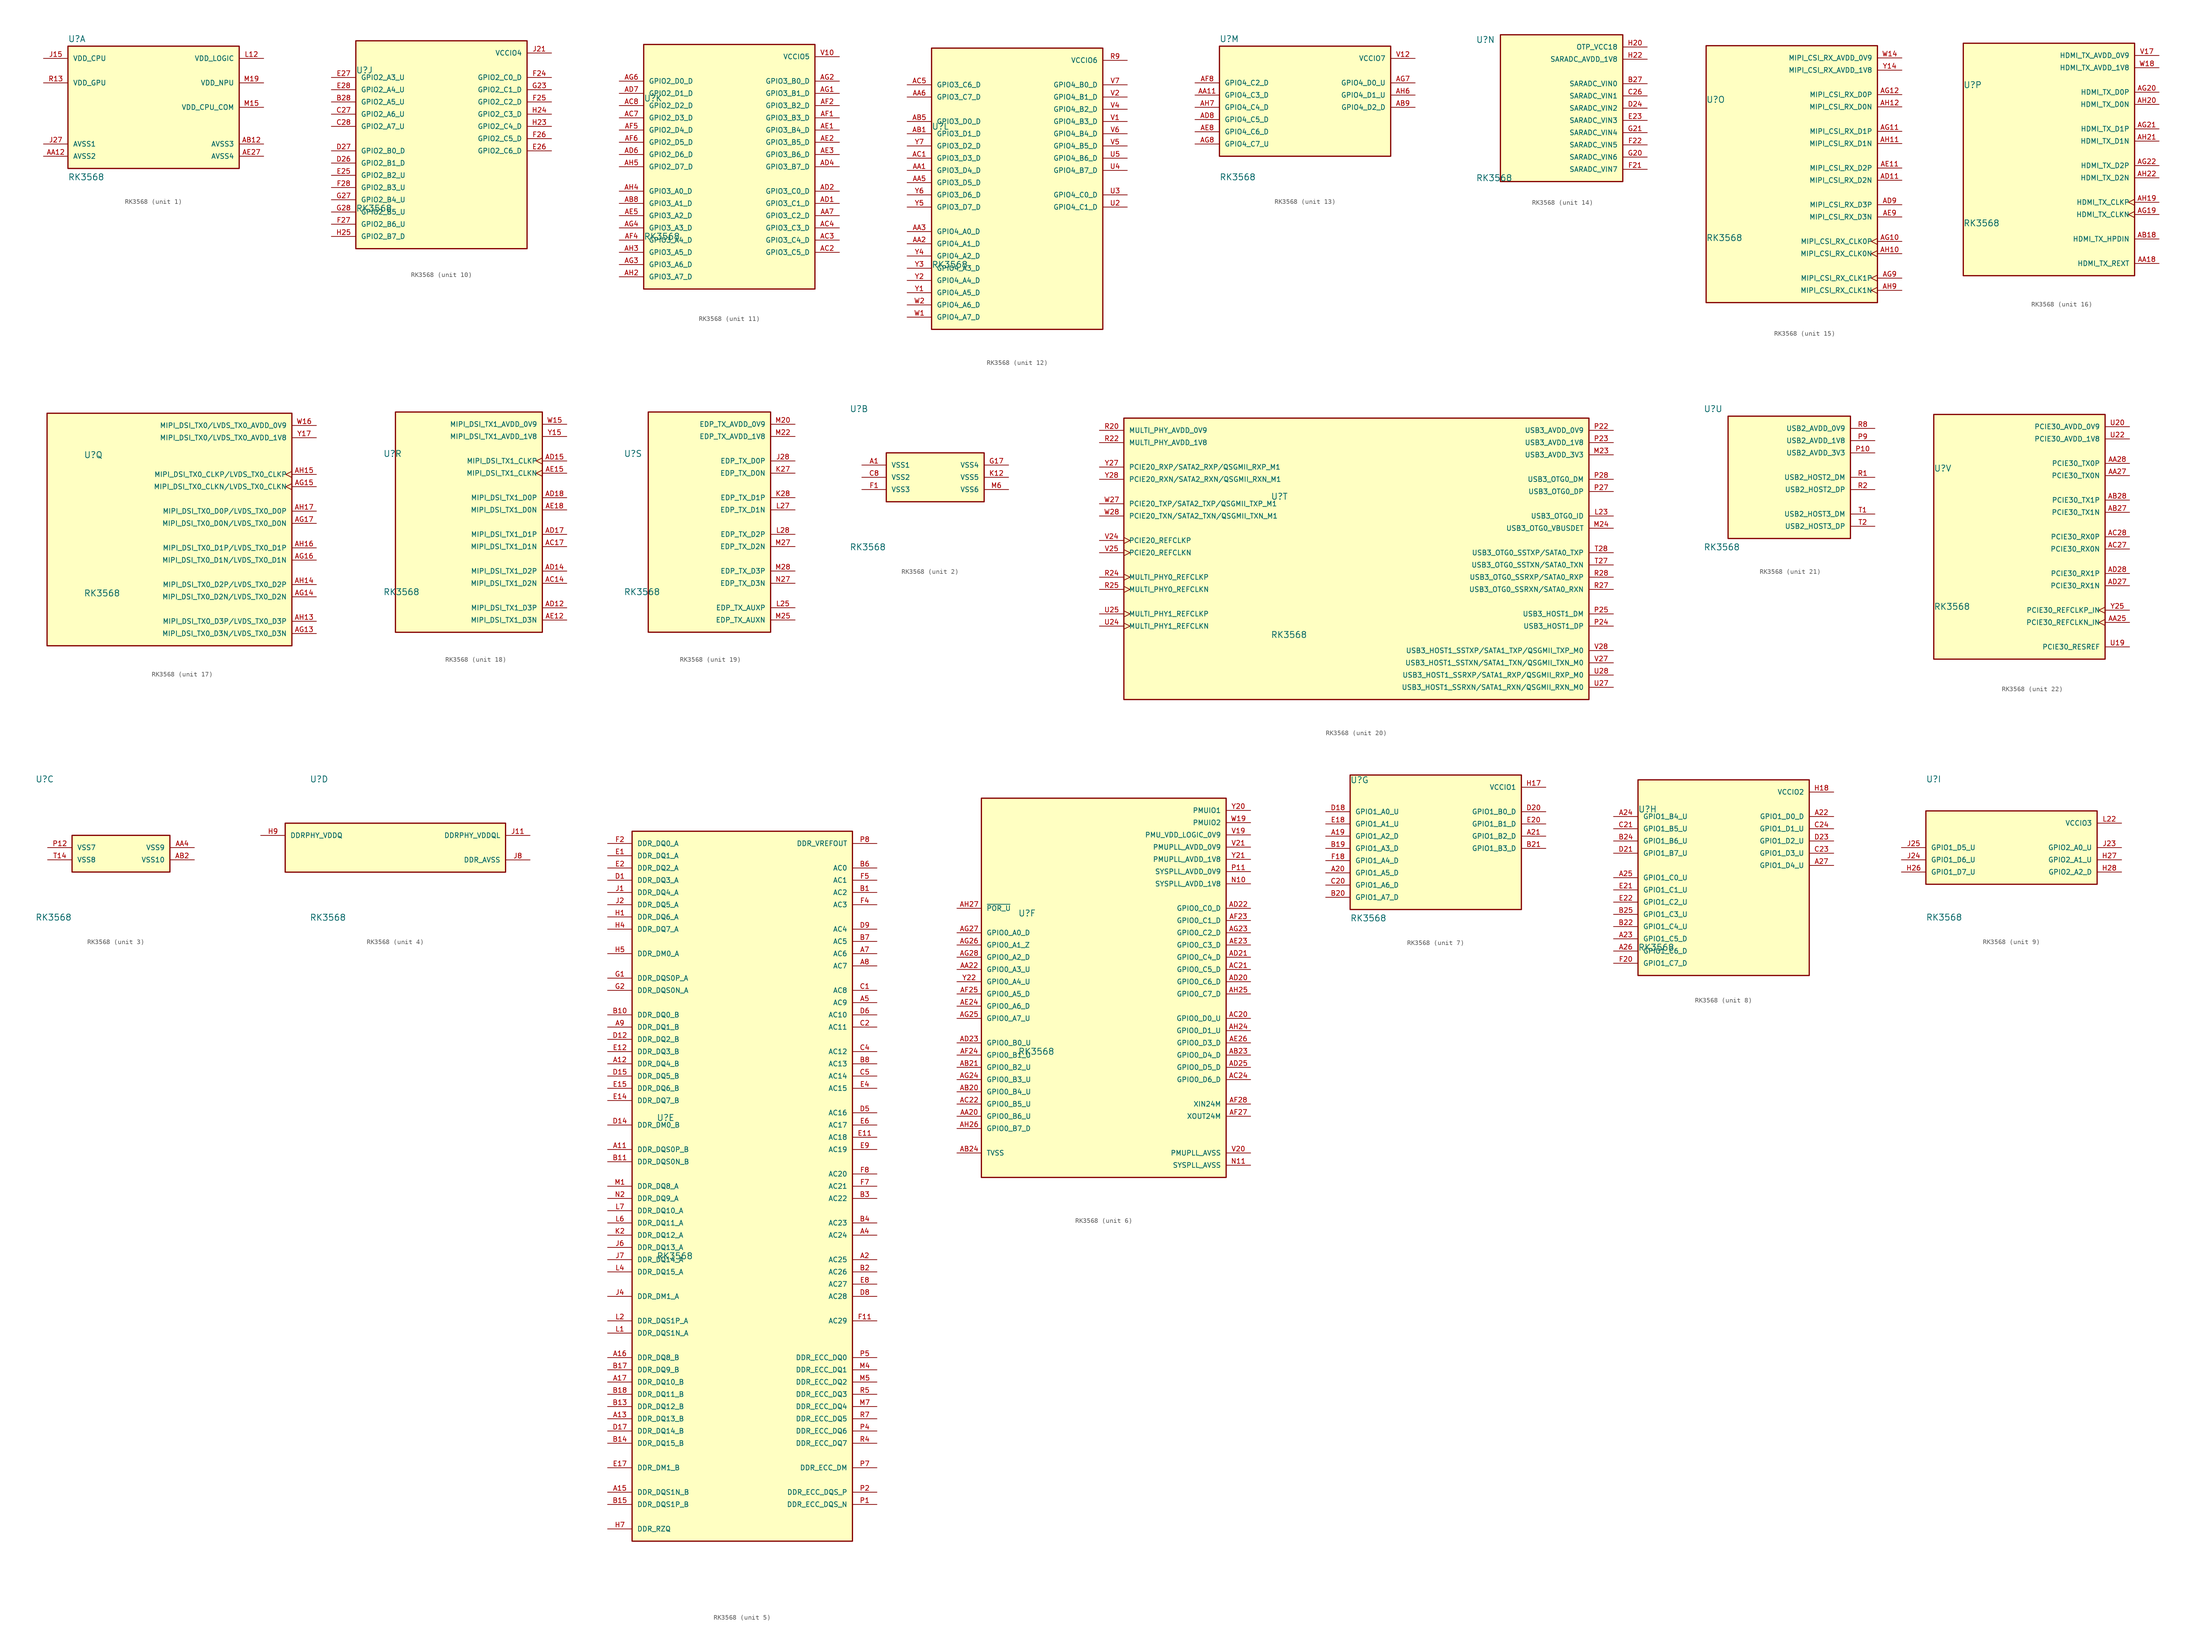
<source format=kicad_sym>
(kicad_symbol_lib
  (version 20211014)
  (generator kicad_symbol_editor)
  (symbol "RK3568"
    (pin_names
      (offset 1.016))
    (property "Reference" "U"
      (at -17.78 13.462 0)
      (effects (font (size 1.27 1.27)) (justify bottom left)))
    (property "Value" "RK3568"
      (at -17.78 -15.24 0)
      (effects (font (size 1.27 1.27)) (justify bottom left)))
    (symbol "RK3568_1_0"
      (rectangle (start -17.78 -12.7) (end 17.78 12.7) (stroke (width 0.254)) (fill (type background)))
      (pin power_in line (at -22.86 10.16 0) (length 5.08) (name "VDD_CPU" (effects (font (size 1.016 1.016)))) (number "J15" (effects (font (size 1.016 1.016)))))
      (pin power_in line (at -22.86 10.16 0) (length 5.08) hide (name "VDD_CPU" (effects (font (size 1.016 1.016)))) (number "K15" (effects (font (size 1.016 1.016)))))
      (pin power_in line (at -22.86 10.16 0) (length 5.08) hide (name "VDD_CPU" (effects (font (size 1.016 1.016)))) (number "K16" (effects (font (size 1.016 1.016)))))
      (pin power_in line (at -22.86 10.16 0) (length 5.08) hide (name "VDD_CPU" (effects (font (size 1.016 1.016)))) (number "K17" (effects (font (size 1.016 1.016)))))
      (pin power_in line (at -22.86 10.16 0) (length 5.08) hide (name "VDD_CPU" (effects (font (size 1.016 1.016)))) (number "K18" (effects (font (size 1.016 1.016)))))
      (pin power_in line (at -22.86 10.16 0) (length 5.08) hide (name "VDD_CPU" (effects (font (size 1.016 1.016)))) (number "L15" (effects (font (size 1.016 1.016)))))
      (pin power_in line (at -22.86 10.16 0) (length 5.08) hide (name "VDD_CPU" (effects (font (size 1.016 1.016)))) (number "L16" (effects (font (size 1.016 1.016)))))
      (pin power_in line (at -22.86 10.16 0) (length 5.08) hide (name "VDD_CPU" (effects (font (size 1.016 1.016)))) (number "L17" (effects (font (size 1.016 1.016)))))
      (pin power_in line (at -22.86 10.16 0) (length 5.08) hide (name "VDD_CPU" (effects (font (size 1.016 1.016)))) (number "L18" (effects (font (size 1.016 1.016)))))
      (pin power_in line (at -22.86 10.16 0) (length 5.08) hide (name "VDD_CPU" (effects (font (size 1.016 1.016)))) (number "M17" (effects (font (size 1.016 1.016)))))
      (pin power_in line (at 22.86 0.0 180.0) (length 5.08) (name "VDD_CPU_COM" (effects (font (size 1.016 1.016)))) (number "M15" (effects (font (size 1.016 1.016)))))
      (pin power_in line (at -22.86 5.08 0) (length 5.08) (name "VDD_GPU" (effects (font (size 1.016 1.016)))) (number "R13" (effects (font (size 1.016 1.016)))))
      (pin power_in line (at -22.86 5.08 0) (length 5.08) hide (name "VDD_GPU" (effects (font (size 1.016 1.016)))) (number "T13" (effects (font (size 1.016 1.016)))))
      (pin power_in line (at -22.86 5.08 0) (length 5.08) hide (name "VDD_GPU" (effects (font (size 1.016 1.016)))) (number "U11" (effects (font (size 1.016 1.016)))))
      (pin power_in line (at -22.86 5.08 0) (length 5.08) hide (name "VDD_GPU" (effects (font (size 1.016 1.016)))) (number "U12" (effects (font (size 1.016 1.016)))))
      (pin power_in line (at -22.86 5.08 0) (length 5.08) hide (name "VDD_GPU" (effects (font (size 1.016 1.016)))) (number "U13" (effects (font (size 1.016 1.016)))))
      (pin power_in line (at 22.86 10.16 180.0) (length 5.08) (name "VDD_LOGIC" (effects (font (size 1.016 1.016)))) (number "L12" (effects (font (size 1.016 1.016)))))
      (pin power_in line (at 22.86 10.16 180.0) (length 5.08) hide (name "VDD_LOGIC" (effects (font (size 1.016 1.016)))) (number "M12" (effects (font (size 1.016 1.016)))))
      (pin power_in line (at 22.86 10.16 180.0) (length 5.08) hide (name "VDD_LOGIC" (effects (font (size 1.016 1.016)))) (number "N13" (effects (font (size 1.016 1.016)))))
      (pin power_in line (at 22.86 10.16 180.0) (length 5.08) hide (name "VDD_LOGIC" (effects (font (size 1.016 1.016)))) (number "N16" (effects (font (size 1.016 1.016)))))
      (pin power_in line (at 22.86 10.16 180.0) (length 5.08) hide (name "VDD_LOGIC" (effects (font (size 1.016 1.016)))) (number "P13" (effects (font (size 1.016 1.016)))))
      (pin power_in line (at 22.86 10.16 180.0) (length 5.08) hide (name "VDD_LOGIC" (effects (font (size 1.016 1.016)))) (number "P16" (effects (font (size 1.016 1.016)))))
      (pin power_in line (at 22.86 10.16 180.0) (length 5.08) hide (name "VDD_LOGIC" (effects (font (size 1.016 1.016)))) (number "R12" (effects (font (size 1.016 1.016)))))
      (pin power_in line (at 22.86 10.16 180.0) (length 5.08) hide (name "VDD_LOGIC" (effects (font (size 1.016 1.016)))) (number "R16" (effects (font (size 1.016 1.016)))))
      (pin power_in line (at 22.86 10.16 180.0) (length 5.08) hide (name "VDD_LOGIC" (effects (font (size 1.016 1.016)))) (number "T12" (effects (font (size 1.016 1.016)))))
      (pin power_in line (at 22.86 10.16 180.0) (length 5.08) hide (name "VDD_LOGIC" (effects (font (size 1.016 1.016)))) (number "T16" (effects (font (size 1.016 1.016)))))
      (pin power_in line (at 22.86 5.08 180.0) (length 5.08) (name "VDD_NPU" (effects (font (size 1.016 1.016)))) (number "M19" (effects (font (size 1.016 1.016)))))
      (pin power_in line (at 22.86 5.08 180.0) (length 5.08) hide (name "VDD_NPU" (effects (font (size 1.016 1.016)))) (number "N19" (effects (font (size 1.016 1.016)))))
      (pin power_in line (at 22.86 5.08 180.0) (length 5.08) hide (name "VDD_NPU" (effects (font (size 1.016 1.016)))) (number "P18" (effects (font (size 1.016 1.016)))))
      (pin power_in line (at 22.86 5.08 180.0) (length 5.08) hide (name "VDD_NPU" (effects (font (size 1.016 1.016)))) (number "P19" (effects (font (size 1.016 1.016)))))
      (pin power_in line (at 22.86 5.08 180.0) (length 5.08) hide (name "VDD_NPU" (effects (font (size 1.016 1.016)))) (number "P20" (effects (font (size 1.016 1.016)))))
      (pin power_in line (at -22.86 -7.62 0) (length 5.08) (name "AVSS1" (effects (font (size 1.016 1.016)))) (number "J27" (effects (font (size 1.016 1.016)))))
      (pin power_in line (at -22.86 -7.62 0) (length 5.08) hide (name "AVSS1" (effects (font (size 1.016 1.016)))) (number "L24" (effects (font (size 1.016 1.016)))))
      (pin power_in line (at -22.86 -7.62 0) (length 5.08) hide (name "AVSS1" (effects (font (size 1.016 1.016)))) (number "L26" (effects (font (size 1.016 1.016)))))
      (pin power_in line (at -22.86 -7.62 0) (length 5.08) hide (name "AVSS1" (effects (font (size 1.016 1.016)))) (number "M21" (effects (font (size 1.016 1.016)))))
      (pin power_in line (at -22.86 -7.62 0) (length 5.08) hide (name "AVSS1" (effects (font (size 1.016 1.016)))) (number "M26" (effects (font (size 1.016 1.016)))))
      (pin power_in line (at -22.86 -7.62 0) (length 5.08) hide (name "AVSS1" (effects (font (size 1.016 1.016)))) (number "N28" (effects (font (size 1.016 1.016)))))
      (pin power_in line (at -22.86 -7.62 0) (length 5.08) hide (name "AVSS1" (effects (font (size 1.016 1.016)))) (number "P21" (effects (font (size 1.016 1.016)))))
      (pin power_in line (at -22.86 -7.62 0) (length 5.08) hide (name "AVSS1" (effects (font (size 1.016 1.016)))) (number "P26" (effects (font (size 1.016 1.016)))))
      (pin power_in line (at -22.86 -7.62 0) (length 5.08) hide (name "AVSS1" (effects (font (size 1.016 1.016)))) (number "R23" (effects (font (size 1.016 1.016)))))
      (pin power_in line (at -22.86 -7.62 0) (length 5.08) hide (name "AVSS1" (effects (font (size 1.016 1.016)))) (number "R26" (effects (font (size 1.016 1.016)))))
      (pin power_in line (at -22.86 -7.62 0) (length 5.08) hide (name "AVSS1" (effects (font (size 1.016 1.016)))) (number "U23" (effects (font (size 1.016 1.016)))))
      (pin power_in line (at -22.86 -7.62 0) (length 5.08) hide (name "AVSS1" (effects (font (size 1.016 1.016)))) (number "U26" (effects (font (size 1.016 1.016)))))
      (pin power_in line (at -22.86 -7.62 0) (length 5.08) hide (name "AVSS1" (effects (font (size 1.016 1.016)))) (number "V14" (effects (font (size 1.016 1.016)))))
      (pin power_in line (at -22.86 -7.62 0) (length 5.08) hide (name "AVSS1" (effects (font (size 1.016 1.016)))) (number "V15" (effects (font (size 1.016 1.016)))))
      (pin power_in line (at -22.86 -7.62 0) (length 5.08) hide (name "AVSS1" (effects (font (size 1.016 1.016)))) (number "V16" (effects (font (size 1.016 1.016)))))
      (pin power_in line (at -22.86 -10.16 0) (length 5.08) (name "AVSS2" (effects (font (size 1.016 1.016)))) (number "AA12" (effects (font (size 1.016 1.016)))))
      (pin power_in line (at -22.86 -10.16 0) (length 5.08) hide (name "AVSS2" (effects (font (size 1.016 1.016)))) (number "AA14" (effects (font (size 1.016 1.016)))))
      (pin power_in line (at -22.86 -10.16 0) (length 5.08) hide (name "AVSS2" (effects (font (size 1.016 1.016)))) (number "AA15" (effects (font (size 1.016 1.016)))))
      (pin power_in line (at -22.86 -10.16 0) (length 5.08) hide (name "AVSS2" (effects (font (size 1.016 1.016)))) (number "AA17" (effects (font (size 1.016 1.016)))))
      (pin power_in line (at -22.86 -10.16 0) (length 5.08) hide (name "AVSS2" (effects (font (size 1.016 1.016)))) (number "AA24" (effects (font (size 1.016 1.016)))))
      (pin power_in line (at -22.86 -10.16 0) (length 5.08) hide (name "AVSS2" (effects (font (size 1.016 1.016)))) (number "AA26" (effects (font (size 1.016 1.016)))))
      (pin power_in line (at -22.86 -10.16 0) (length 5.08) hide (name "AVSS2" (effects (font (size 1.016 1.016)))) (number "AB11" (effects (font (size 1.016 1.016)))))
      (pin power_in line (at -22.86 -10.16 0) (length 5.08) hide (name "AVSS2" (effects (font (size 1.016 1.016)))) (number "V22" (effects (font (size 1.016 1.016)))))
      (pin power_in line (at -22.86 -10.16 0) (length 5.08) hide (name "AVSS2" (effects (font (size 1.016 1.016)))) (number "V23" (effects (font (size 1.016 1.016)))))
      (pin power_in line (at -22.86 -10.16 0) (length 5.08) hide (name "AVSS2" (effects (font (size 1.016 1.016)))) (number "V26" (effects (font (size 1.016 1.016)))))
      (pin power_in line (at -22.86 -10.16 0) (length 5.08) hide (name "AVSS2" (effects (font (size 1.016 1.016)))) (number "W17" (effects (font (size 1.016 1.016)))))
      (pin power_in line (at -22.86 -10.16 0) (length 5.08) hide (name "AVSS2" (effects (font (size 1.016 1.016)))) (number "Y18" (effects (font (size 1.016 1.016)))))
      (pin power_in line (at -22.86 -10.16 0) (length 5.08) hide (name "AVSS2" (effects (font (size 1.016 1.016)))) (number "Y23" (effects (font (size 1.016 1.016)))))
      (pin power_in line (at -22.86 -10.16 0) (length 5.08) hide (name "AVSS2" (effects (font (size 1.016 1.016)))) (number "Y24" (effects (font (size 1.016 1.016)))))
      (pin power_in line (at -22.86 -10.16 0) (length 5.08) hide (name "AVSS2" (effects (font (size 1.016 1.016)))) (number "Y26" (effects (font (size 1.016 1.016)))))
      (pin power_in line (at 22.86 -7.62 180.0) (length 5.08) (name "AVSS3" (effects (font (size 1.016 1.016)))) (number "AB12" (effects (font (size 1.016 1.016)))))
      (pin power_in line (at 22.86 -7.62 180.0) (length 5.08) hide (name "AVSS3" (effects (font (size 1.016 1.016)))) (number "AB14" (effects (font (size 1.016 1.016)))))
      (pin power_in line (at 22.86 -7.62 180.0) (length 5.08) hide (name "AVSS3" (effects (font (size 1.016 1.016)))) (number "AB15" (effects (font (size 1.016 1.016)))))
      (pin power_in line (at 22.86 -7.62 180.0) (length 5.08) hide (name "AVSS3" (effects (font (size 1.016 1.016)))) (number "AB17" (effects (font (size 1.016 1.016)))))
      (pin power_in line (at 22.86 -7.62 180.0) (length 5.08) hide (name "AVSS3" (effects (font (size 1.016 1.016)))) (number "AC9" (effects (font (size 1.016 1.016)))))
      (pin power_in line (at 22.86 -7.62 180.0) (length 5.08) hide (name "AVSS3" (effects (font (size 1.016 1.016)))) (number "AC11" (effects (font (size 1.016 1.016)))))
      (pin power_in line (at 22.86 -7.62 180.0) (length 5.08) hide (name "AVSS3" (effects (font (size 1.016 1.016)))) (number "AC12" (effects (font (size 1.016 1.016)))))
      (pin power_in line (at 22.86 -7.62 180.0) (length 5.08) hide (name "AVSS3" (effects (font (size 1.016 1.016)))) (number "AC15" (effects (font (size 1.016 1.016)))))
      (pin power_in line (at 22.86 -7.62 180.0) (length 5.08) hide (name "AVSS3" (effects (font (size 1.016 1.016)))) (number "AC18" (effects (font (size 1.016 1.016)))))
      (pin power_in line (at 22.86 -7.62 180.0) (length 5.08) hide (name "AVSS3" (effects (font (size 1.016 1.016)))) (number "AC25" (effects (font (size 1.016 1.016)))))
      (pin power_in line (at 22.86 -7.62 180.0) (length 5.08) hide (name "AVSS3" (effects (font (size 1.016 1.016)))) (number "AC26" (effects (font (size 1.016 1.016)))))
      (pin power_in line (at 22.86 -7.62 180.0) (length 5.08) hide (name "AVSS3" (effects (font (size 1.016 1.016)))) (number "AD26" (effects (font (size 1.016 1.016)))))
      (pin power_in line (at 22.86 -7.62 180.0) (length 5.08) hide (name "AVSS3" (effects (font (size 1.016 1.016)))) (number "AE14" (effects (font (size 1.016 1.016)))))
      (pin power_in line (at 22.86 -7.62 180.0) (length 5.08) hide (name "AVSS3" (effects (font (size 1.016 1.016)))) (number "AE17" (effects (font (size 1.016 1.016)))))
      (pin power_in line (at 22.86 -7.62 180.0) (length 5.08) hide (name "AVSS3" (effects (font (size 1.016 1.016)))) (number "AE20" (effects (font (size 1.016 1.016)))))
      (pin power_in line (at 22.86 -10.16 180.0) (length 5.08) (name "AVSS4" (effects (font (size 1.016 1.016)))) (number "AE27" (effects (font (size 1.016 1.016)))))
      (pin power_in line (at 22.86 -10.16 180.0) (length 5.08) hide (name "AVSS4" (effects (font (size 1.016 1.016)))) (number "AE28" (effects (font (size 1.016 1.016)))))
      (pin power_in line (at 22.86 -10.16 180.0) (length 5.08) hide (name "AVSS4" (effects (font (size 1.016 1.016)))) (number "AF9" (effects (font (size 1.016 1.016)))))
      (pin power_in line (at 22.86 -10.16 180.0) (length 5.08) hide (name "AVSS4" (effects (font (size 1.016 1.016)))) (number "AF11" (effects (font (size 1.016 1.016)))))
      (pin power_in line (at 22.86 -10.16 180.0) (length 5.08) hide (name "AVSS4" (effects (font (size 1.016 1.016)))) (number "AF12" (effects (font (size 1.016 1.016)))))
      (pin power_in line (at 22.86 -10.16 180.0) (length 5.08) hide (name "AVSS4" (effects (font (size 1.016 1.016)))) (number "AF14" (effects (font (size 1.016 1.016)))))
      (pin power_in line (at 22.86 -10.16 180.0) (length 5.08) hide (name "AVSS4" (effects (font (size 1.016 1.016)))) (number "AF15" (effects (font (size 1.016 1.016)))))
      (pin power_in line (at 22.86 -10.16 180.0) (length 5.08) hide (name "AVSS4" (effects (font (size 1.016 1.016)))) (number "AF17" (effects (font (size 1.016 1.016)))))
      (pin power_in line (at 22.86 -10.16 180.0) (length 5.08) hide (name "AVSS4" (effects (font (size 1.016 1.016)))) (number "AF18" (effects (font (size 1.016 1.016)))))
      (pin power_in line (at 22.86 -10.16 180.0) (length 5.08) hide (name "AVSS4" (effects (font (size 1.016 1.016)))) (number "AF20" (effects (font (size 1.016 1.016)))))
      (pin power_in line (at 22.86 -10.16 180.0) (length 5.08) hide (name "AVSS4" (effects (font (size 1.016 1.016)))) (number "AF21" (effects (font (size 1.016 1.016)))))
      (pin power_in line (at 22.86 -10.16 180.0) (length 5.08) hide (name "AVSS4" (effects (font (size 1.016 1.016)))) (number "AG18" (effects (font (size 1.016 1.016)))))
      (pin power_in line (at 22.86 -10.16 180.0) (length 5.08) hide (name "AVSS4" (effects (font (size 1.016 1.016)))) (number "AH18" (effects (font (size 1.016 1.016)))))
      (pin power_in line (at 22.86 -10.16 180.0) (length 5.08) hide (name "AVSS4" (effects (font (size 1.016 1.016)))) (number "AH23" (effects (font (size 1.016 1.016))))))
    (symbol "RK3568_2_0"
      (rectangle (start -10.16 -5.08) (end 10.16 5.08) (stroke (width 0.254)) (fill (type background)))
      (pin power_in line (at -15.24 2.54 0) (length 5.08) (name "VSS1" (effects (font (size 1.016 1.016)))) (number "A1" (effects (font (size 1.016 1.016)))))
      (pin power_in line (at -15.24 2.54 0) (length 5.08) hide (name "VSS1" (effects (font (size 1.016 1.016)))) (number "A3" (effects (font (size 1.016 1.016)))))
      (pin power_in line (at -15.24 2.54 0) (length 5.08) hide (name "VSS1" (effects (font (size 1.016 1.016)))) (number "A6" (effects (font (size 1.016 1.016)))))
      (pin power_in line (at -15.24 2.54 0) (length 5.08) hide (name "VSS1" (effects (font (size 1.016 1.016)))) (number "A10" (effects (font (size 1.016 1.016)))))
      (pin power_in line (at -15.24 2.54 0) (length 5.08) hide (name "VSS1" (effects (font (size 1.016 1.016)))) (number "A14" (effects (font (size 1.016 1.016)))))
      (pin power_in line (at -15.24 2.54 0) (length 5.08) hide (name "VSS1" (effects (font (size 1.016 1.016)))) (number "A18" (effects (font (size 1.016 1.016)))))
      (pin power_in line (at -15.24 2.54 0) (length 5.08) hide (name "VSS1" (effects (font (size 1.016 1.016)))) (number "A28" (effects (font (size 1.016 1.016)))))
      (pin power_in line (at -15.24 2.54 0) (length 5.08) hide (name "VSS1" (effects (font (size 1.016 1.016)))) (number "B5" (effects (font (size 1.016 1.016)))))
      (pin power_in line (at -15.24 2.54 0) (length 5.08) hide (name "VSS1" (effects (font (size 1.016 1.016)))) (number "B9" (effects (font (size 1.016 1.016)))))
      (pin power_in line (at -15.24 2.54 0) (length 5.08) hide (name "VSS1" (effects (font (size 1.016 1.016)))) (number "B12" (effects (font (size 1.016 1.016)))))
      (pin power_in line (at -15.24 2.54 0) (length 5.08) hide (name "VSS1" (effects (font (size 1.016 1.016)))) (number "B16" (effects (font (size 1.016 1.016)))))
      (pin power_in line (at -15.24 2.54 0) (length 5.08) hide (name "VSS1" (effects (font (size 1.016 1.016)))) (number "B23" (effects (font (size 1.016 1.016)))))
      (pin power_in line (at -15.24 2.54 0) (length 5.08) hide (name "VSS1" (effects (font (size 1.016 1.016)))) (number "B26" (effects (font (size 1.016 1.016)))))
      (pin power_in line (at -15.24 2.54 0) (length 5.08) hide (name "VSS1" (effects (font (size 1.016 1.016)))) (number "C3" (effects (font (size 1.016 1.016)))))
      (pin power_in line (at -15.24 2.54 0) (length 5.08) hide (name "VSS1" (effects (font (size 1.016 1.016)))) (number "C6" (effects (font (size 1.016 1.016)))))
      (pin power_in line (at -15.24 0.0 0) (length 5.08) (name "VSS2" (effects (font (size 1.016 1.016)))) (number "C8" (effects (font (size 1.016 1.016)))))
      (pin power_in line (at -15.24 0.0 0) (length 5.08) hide (name "VSS2" (effects (font (size 1.016 1.016)))) (number "C9" (effects (font (size 1.016 1.016)))))
      (pin power_in line (at -15.24 0.0 0) (length 5.08) hide (name "VSS2" (effects (font (size 1.016 1.016)))) (number "C11" (effects (font (size 1.016 1.016)))))
      (pin power_in line (at -15.24 0.0 0) (length 5.08) hide (name "VSS2" (effects (font (size 1.016 1.016)))) (number "C12" (effects (font (size 1.016 1.016)))))
      (pin power_in line (at -15.24 0.0 0) (length 5.08) hide (name "VSS2" (effects (font (size 1.016 1.016)))) (number "C14" (effects (font (size 1.016 1.016)))))
      (pin power_in line (at -15.24 0.0 0) (length 5.08) hide (name "VSS2" (effects (font (size 1.016 1.016)))) (number "C15" (effects (font (size 1.016 1.016)))))
      (pin power_in line (at -15.24 0.0 0) (length 5.08) hide (name "VSS2" (effects (font (size 1.016 1.016)))) (number "C17" (effects (font (size 1.016 1.016)))))
      (pin power_in line (at -15.24 0.0 0) (length 5.08) hide (name "VSS2" (effects (font (size 1.016 1.016)))) (number "C18" (effects (font (size 1.016 1.016)))))
      (pin power_in line (at -15.24 0.0 0) (length 5.08) hide (name "VSS2" (effects (font (size 1.016 1.016)))) (number "C25" (effects (font (size 1.016 1.016)))))
      (pin power_in line (at -15.24 0.0 0) (length 5.08) hide (name "VSS2" (effects (font (size 1.016 1.016)))) (number "D2" (effects (font (size 1.016 1.016)))))
      (pin power_in line (at -15.24 0.0 0) (length 5.08) hide (name "VSS2" (effects (font (size 1.016 1.016)))) (number "D3" (effects (font (size 1.016 1.016)))))
      (pin power_in line (at -15.24 0.0 0) (length 5.08) hide (name "VSS2" (effects (font (size 1.016 1.016)))) (number "D11" (effects (font (size 1.016 1.016)))))
      (pin power_in line (at -15.24 0.0 0) (length 5.08) hide (name "VSS2" (effects (font (size 1.016 1.016)))) (number "D28" (effects (font (size 1.016 1.016)))))
      (pin power_in line (at -15.24 0.0 0) (length 5.08) hide (name "VSS2" (effects (font (size 1.016 1.016)))) (number "E3" (effects (font (size 1.016 1.016)))))
      (pin power_in line (at -15.24 0.0 0) (length 5.08) hide (name "VSS2" (effects (font (size 1.016 1.016)))) (number "E7" (effects (font (size 1.016 1.016)))))
      (pin power_in line (at -15.24 -2.54 0) (length 5.08) (name "VSS3" (effects (font (size 1.016 1.016)))) (number "F1" (effects (font (size 1.016 1.016)))))
      (pin power_in line (at -15.24 -2.54 0) (length 5.08) hide (name "VSS3" (effects (font (size 1.016 1.016)))) (number "F3" (effects (font (size 1.016 1.016)))))
      (pin power_in line (at -15.24 -2.54 0) (length 5.08) hide (name "VSS3" (effects (font (size 1.016 1.016)))) (number "F9" (effects (font (size 1.016 1.016)))))
      (pin power_in line (at -15.24 -2.54 0) (length 5.08) hide (name "VSS3" (effects (font (size 1.016 1.016)))) (number "F12" (effects (font (size 1.016 1.016)))))
      (pin power_in line (at -15.24 -2.54 0) (length 5.08) hide (name "VSS3" (effects (font (size 1.016 1.016)))) (number "F14" (effects (font (size 1.016 1.016)))))
      (pin power_in line (at -15.24 -2.54 0) (length 5.08) hide (name "VSS3" (effects (font (size 1.016 1.016)))) (number "F15" (effects (font (size 1.016 1.016)))))
      (pin power_in line (at -15.24 -2.54 0) (length 5.08) hide (name "VSS3" (effects (font (size 1.016 1.016)))) (number "F17" (effects (font (size 1.016 1.016)))))
      (pin power_in line (at -15.24 -2.54 0) (length 5.08) hide (name "VSS3" (effects (font (size 1.016 1.016)))) (number "G5" (effects (font (size 1.016 1.016)))))
      (pin power_in line (at -15.24 -2.54 0) (length 5.08) hide (name "VSS3" (effects (font (size 1.016 1.016)))) (number "G6" (effects (font (size 1.016 1.016)))))
      (pin power_in line (at -15.24 -2.54 0) (length 5.08) hide (name "VSS3" (effects (font (size 1.016 1.016)))) (number "G8" (effects (font (size 1.016 1.016)))))
      (pin power_in line (at -15.24 -2.54 0) (length 5.08) hide (name "VSS3" (effects (font (size 1.016 1.016)))) (number "G9" (effects (font (size 1.016 1.016)))))
      (pin power_in line (at -15.24 -2.54 0) (length 5.08) hide (name "VSS3" (effects (font (size 1.016 1.016)))) (number "G11" (effects (font (size 1.016 1.016)))))
      (pin power_in line (at -15.24 -2.54 0) (length 5.08) hide (name "VSS3" (effects (font (size 1.016 1.016)))) (number "G12" (effects (font (size 1.016 1.016)))))
      (pin power_in line (at -15.24 -2.54 0) (length 5.08) hide (name "VSS3" (effects (font (size 1.016 1.016)))) (number "G14" (effects (font (size 1.016 1.016)))))
      (pin power_in line (at -15.24 -2.54 0) (length 5.08) hide (name "VSS3" (effects (font (size 1.016 1.016)))) (number "G15" (effects (font (size 1.016 1.016)))))
      (pin power_in line (at 15.24 2.54 180.0) (length 5.08) (name "VSS4" (effects (font (size 1.016 1.016)))) (number "G17" (effects (font (size 1.016 1.016)))))
      (pin power_in line (at 15.24 2.54 180.0) (length 5.08) hide (name "VSS4" (effects (font (size 1.016 1.016)))) (number "G18" (effects (font (size 1.016 1.016)))))
      (pin power_in line (at 15.24 2.54 180.0) (length 5.08) hide (name "VSS4" (effects (font (size 1.016 1.016)))) (number "G24" (effects (font (size 1.016 1.016)))))
      (pin power_in line (at 15.24 2.54 180.0) (length 5.08) hide (name "VSS4" (effects (font (size 1.016 1.016)))) (number "H2" (effects (font (size 1.016 1.016)))))
      (pin power_in line (at 15.24 2.54 180.0) (length 5.08) hide (name "VSS4" (effects (font (size 1.016 1.016)))) (number "H3" (effects (font (size 1.016 1.016)))))
      (pin power_in line (at 15.24 2.54 180.0) (length 5.08) hide (name "VSS4" (effects (font (size 1.016 1.016)))) (number "H6" (effects (font (size 1.016 1.016)))))
      (pin power_in line (at 15.24 2.54 180.0) (length 5.08) hide (name "VSS4" (effects (font (size 1.016 1.016)))) (number "J3" (effects (font (size 1.016 1.016)))))
      (pin power_in line (at 15.24 2.54 180.0) (length 5.08) hide (name "VSS4" (effects (font (size 1.016 1.016)))) (number "J5" (effects (font (size 1.016 1.016)))))
      (pin power_in line (at 15.24 2.54 180.0) (length 5.08) hide (name "VSS4" (effects (font (size 1.016 1.016)))) (number "J17" (effects (font (size 1.016 1.016)))))
      (pin power_in line (at 15.24 2.54 180.0) (length 5.08) hide (name "VSS4" (effects (font (size 1.016 1.016)))) (number "J18" (effects (font (size 1.016 1.016)))))
      (pin power_in line (at 15.24 2.54 180.0) (length 5.08) hide (name "VSS4" (effects (font (size 1.016 1.016)))) (number "J20" (effects (font (size 1.016 1.016)))))
      (pin power_in line (at 15.24 2.54 180.0) (length 5.08) hide (name "VSS4" (effects (font (size 1.016 1.016)))) (number "J22" (effects (font (size 1.016 1.016)))))
      (pin power_in line (at 15.24 2.54 180.0) (length 5.08) hide (name "VSS4" (effects (font (size 1.016 1.016)))) (number "J26" (effects (font (size 1.016 1.016)))))
      (pin power_in line (at 15.24 2.54 180.0) (length 5.08) hide (name "VSS4" (effects (font (size 1.016 1.016)))) (number "K1" (effects (font (size 1.016 1.016)))))
      (pin power_in line (at 15.24 2.54 180.0) (length 5.08) hide (name "VSS4" (effects (font (size 1.016 1.016)))) (number "K11" (effects (font (size 1.016 1.016)))))
      (pin power_in line (at 15.24 0.0 180.0) (length 5.08) (name "VSS5" (effects (font (size 1.016 1.016)))) (number "K12" (effects (font (size 1.016 1.016)))))
      (pin power_in line (at 15.24 0.0 180.0) (length 5.08) hide (name "VSS5" (effects (font (size 1.016 1.016)))) (number "K13" (effects (font (size 1.016 1.016)))))
      (pin power_in line (at 15.24 0.0 180.0) (length 5.08) hide (name "VSS5" (effects (font (size 1.016 1.016)))) (number "K14" (effects (font (size 1.016 1.016)))))
      (pin power_in line (at 15.24 0.0 180.0) (length 5.08) hide (name "VSS5" (effects (font (size 1.016 1.016)))) (number "K19" (effects (font (size 1.016 1.016)))))
      (pin power_in line (at 15.24 0.0 180.0) (length 5.08) hide (name "VSS5" (effects (font (size 1.016 1.016)))) (number "L3" (effects (font (size 1.016 1.016)))))
      (pin power_in line (at 15.24 0.0 180.0) (length 5.08) hide (name "VSS5" (effects (font (size 1.016 1.016)))) (number "L5" (effects (font (size 1.016 1.016)))))
      (pin power_in line (at 15.24 0.0 180.0) (length 5.08) hide (name "VSS5" (effects (font (size 1.016 1.016)))) (number "L8" (effects (font (size 1.016 1.016)))))
      (pin power_in line (at 15.24 0.0 180.0) (length 5.08) hide (name "VSS5" (effects (font (size 1.016 1.016)))) (number "L11" (effects (font (size 1.016 1.016)))))
      (pin power_in line (at 15.24 0.0 180.0) (length 5.08) hide (name "VSS5" (effects (font (size 1.016 1.016)))) (number "L13" (effects (font (size 1.016 1.016)))))
      (pin power_in line (at 15.24 0.0 180.0) (length 5.08) hide (name "VSS5" (effects (font (size 1.016 1.016)))) (number "L14" (effects (font (size 1.016 1.016)))))
      (pin power_in line (at 15.24 0.0 180.0) (length 5.08) hide (name "VSS5" (effects (font (size 1.016 1.016)))) (number "L19" (effects (font (size 1.016 1.016)))))
      (pin power_in line (at 15.24 0.0 180.0) (length 5.08) hide (name "VSS5" (effects (font (size 1.016 1.016)))) (number "L20" (effects (font (size 1.016 1.016)))))
      (pin power_in line (at 15.24 0.0 180.0) (length 5.08) hide (name "VSS5" (effects (font (size 1.016 1.016)))) (number "L21" (effects (font (size 1.016 1.016)))))
      (pin power_in line (at 15.24 0.0 180.0) (length 5.08) hide (name "VSS5" (effects (font (size 1.016 1.016)))) (number "M2" (effects (font (size 1.016 1.016)))))
      (pin power_in line (at 15.24 0.0 180.0) (length 5.08) hide (name "VSS5" (effects (font (size 1.016 1.016)))) (number "M3" (effects (font (size 1.016 1.016)))))
      (pin power_in line (at 15.24 -2.54 180.0) (length 5.08) (name "VSS6" (effects (font (size 1.016 1.016)))) (number "M6" (effects (font (size 1.016 1.016)))))
      (pin power_in line (at 15.24 -2.54 180.0) (length 5.08) hide (name "VSS6" (effects (font (size 1.016 1.016)))) (number "M8" (effects (font (size 1.016 1.016)))))
      (pin power_in line (at 15.24 -2.54 180.0) (length 5.08) hide (name "VSS6" (effects (font (size 1.016 1.016)))) (number "M11" (effects (font (size 1.016 1.016)))))
      (pin power_in line (at 15.24 -2.54 180.0) (length 5.08) hide (name "VSS6" (effects (font (size 1.016 1.016)))) (number "M13" (effects (font (size 1.016 1.016)))))
      (pin power_in line (at 15.24 -2.54 180.0) (length 5.08) hide (name "VSS6" (effects (font (size 1.016 1.016)))) (number "M14" (effects (font (size 1.016 1.016)))))
      (pin power_in line (at 15.24 -2.54 180.0) (length 5.08) hide (name "VSS6" (effects (font (size 1.016 1.016)))) (number "M16" (effects (font (size 1.016 1.016)))))
      (pin power_in line (at 15.24 -2.54 180.0) (length 5.08) hide (name "VSS6" (effects (font (size 1.016 1.016)))) (number "M18" (effects (font (size 1.016 1.016)))))
      (pin power_in line (at 15.24 -2.54 180.0) (length 5.08) hide (name "VSS6" (effects (font (size 1.016 1.016)))) (number "N1" (effects (font (size 1.016 1.016)))))
      (pin power_in line (at 15.24 -2.54 180.0) (length 5.08) hide (name "VSS6" (effects (font (size 1.016 1.016)))) (number "N12" (effects (font (size 1.016 1.016)))))
      (pin power_in line (at 15.24 -2.54 180.0) (length 5.08) hide (name "VSS6" (effects (font (size 1.016 1.016)))) (number "N14" (effects (font (size 1.016 1.016)))))
      (pin power_in line (at 15.24 -2.54 180.0) (length 5.08) hide (name "VSS6" (effects (font (size 1.016 1.016)))) (number "N15" (effects (font (size 1.016 1.016)))))
      (pin power_in line (at 15.24 -2.54 180.0) (length 5.08) hide (name "VSS6" (effects (font (size 1.016 1.016)))) (number "N17" (effects (font (size 1.016 1.016)))))
      (pin power_in line (at 15.24 -2.54 180.0) (length 5.08) hide (name "VSS6" (effects (font (size 1.016 1.016)))) (number "N18" (effects (font (size 1.016 1.016)))))
      (pin power_in line (at 15.24 -2.54 180.0) (length 5.08) hide (name "VSS6" (effects (font (size 1.016 1.016)))) (number "P3" (effects (font (size 1.016 1.016)))))
      (pin power_in line (at 15.24 -2.54 180.0) (length 5.08) hide (name "VSS6" (effects (font (size 1.016 1.016)))) (number "P6" (effects (font (size 1.016 1.016))))))
    (symbol "RK3568_3_0"
      (rectangle (start -10.16 -5.08) (end 10.16 2.54) (stroke (width 0.254)) (fill (type background)))
      (pin power_in line (at 15.24 -2.54 180.0) (length 5.08) (name "VSS10" (effects (font (size 1.016 1.016)))) (number "AB2" (effects (font (size 1.016 1.016)))))
      (pin power_in line (at 15.24 -2.54 180.0) (length 5.08) hide (name "VSS10" (effects (font (size 1.016 1.016)))) (number "AB6" (effects (font (size 1.016 1.016)))))
      (pin power_in line (at 15.24 -2.54 180.0) (length 5.08) hide (name "VSS10" (effects (font (size 1.016 1.016)))) (number "AD3" (effects (font (size 1.016 1.016)))))
      (pin power_in line (at 15.24 -2.54 180.0) (length 5.08) hide (name "VSS10" (effects (font (size 1.016 1.016)))) (number "AE6" (effects (font (size 1.016 1.016)))))
      (pin power_in line (at 15.24 -2.54 180.0) (length 5.08) hide (name "VSS10" (effects (font (size 1.016 1.016)))) (number "AE21" (effects (font (size 1.016 1.016)))))
      (pin power_in line (at 15.24 -2.54 180.0) (length 5.08) hide (name "VSS10" (effects (font (size 1.016 1.016)))) (number "AF3" (effects (font (size 1.016 1.016)))))
      (pin power_in line (at 15.24 -2.54 180.0) (length 5.08) hide (name "VSS10" (effects (font (size 1.016 1.016)))) (number "AF26" (effects (font (size 1.016 1.016)))))
      (pin power_in line (at 15.24 -2.54 180.0) (length 5.08) hide (name "VSS10" (effects (font (size 1.016 1.016)))) (number "AG5" (effects (font (size 1.016 1.016)))))
      (pin power_in line (at 15.24 -2.54 180.0) (length 5.08) hide (name "VSS10" (effects (font (size 1.016 1.016)))) (number "AH1" (effects (font (size 1.016 1.016)))))
      (pin power_in line (at 15.24 -2.54 180.0) (length 5.08) hide (name "VSS10" (effects (font (size 1.016 1.016)))) (number "AH8" (effects (font (size 1.016 1.016)))))
      (pin power_in line (at 15.24 -2.54 180.0) (length 5.08) hide (name "VSS10" (effects (font (size 1.016 1.016)))) (number "AH28" (effects (font (size 1.016 1.016)))))
      (pin power_in line (at -15.24 0.0 0) (length 5.08) (name "VSS7" (effects (font (size 1.016 1.016)))) (number "P12" (effects (font (size 1.016 1.016)))))
      (pin power_in line (at -15.24 0.0 0) (length 5.08) hide (name "VSS7" (effects (font (size 1.016 1.016)))) (number "P14" (effects (font (size 1.016 1.016)))))
      (pin power_in line (at -15.24 0.0 0) (length 5.08) hide (name "VSS7" (effects (font (size 1.016 1.016)))) (number "P15" (effects (font (size 1.016 1.016)))))
      (pin power_in line (at -15.24 0.0 0) (length 5.08) hide (name "VSS7" (effects (font (size 1.016 1.016)))) (number "P17" (effects (font (size 1.016 1.016)))))
      (pin power_in line (at -15.24 0.0 0) (length 5.08) hide (name "VSS7" (effects (font (size 1.016 1.016)))) (number "R3" (effects (font (size 1.016 1.016)))))
      (pin power_in line (at -15.24 0.0 0) (length 5.08) hide (name "VSS7" (effects (font (size 1.016 1.016)))) (number "R6" (effects (font (size 1.016 1.016)))))
      (pin power_in line (at -15.24 0.0 0) (length 5.08) hide (name "VSS7" (effects (font (size 1.016 1.016)))) (number "R10" (effects (font (size 1.016 1.016)))))
      (pin power_in line (at -15.24 0.0 0) (length 5.08) hide (name "VSS7" (effects (font (size 1.016 1.016)))) (number "R11" (effects (font (size 1.016 1.016)))))
      (pin power_in line (at -15.24 0.0 0) (length 5.08) hide (name "VSS7" (effects (font (size 1.016 1.016)))) (number "R14" (effects (font (size 1.016 1.016)))))
      (pin power_in line (at -15.24 0.0 0) (length 5.08) hide (name "VSS7" (effects (font (size 1.016 1.016)))) (number "R15" (effects (font (size 1.016 1.016)))))
      (pin power_in line (at -15.24 0.0 0) (length 5.08) hide (name "VSS7" (effects (font (size 1.016 1.016)))) (number "R17" (effects (font (size 1.016 1.016)))))
      (pin power_in line (at -15.24 0.0 0) (length 5.08) hide (name "VSS7" (effects (font (size 1.016 1.016)))) (number "R18" (effects (font (size 1.016 1.016)))))
      (pin power_in line (at -15.24 0.0 0) (length 5.08) hide (name "VSS7" (effects (font (size 1.016 1.016)))) (number "R19" (effects (font (size 1.016 1.016)))))
      (pin power_in line (at -15.24 0.0 0) (length 5.08) hide (name "VSS7" (effects (font (size 1.016 1.016)))) (number "T10" (effects (font (size 1.016 1.016)))))
      (pin power_in line (at -15.24 0.0 0) (length 5.08) hide (name "VSS7" (effects (font (size 1.016 1.016)))) (number "T11" (effects (font (size 1.016 1.016)))))
      (pin power_in line (at -15.24 -2.54 0) (length 5.08) (name "VSS8" (effects (font (size 1.016 1.016)))) (number "T14" (effects (font (size 1.016 1.016)))))
      (pin power_in line (at -15.24 -2.54 0) (length 5.08) hide (name "VSS8" (effects (font (size 1.016 1.016)))) (number "T15" (effects (font (size 1.016 1.016)))))
      (pin power_in line (at -15.24 -2.54 0) (length 5.08) hide (name "VSS8" (effects (font (size 1.016 1.016)))) (number "T17" (effects (font (size 1.016 1.016)))))
      (pin power_in line (at -15.24 -2.54 0) (length 5.08) hide (name "VSS8" (effects (font (size 1.016 1.016)))) (number "T18" (effects (font (size 1.016 1.016)))))
      (pin power_in line (at -15.24 -2.54 0) (length 5.08) hide (name "VSS8" (effects (font (size 1.016 1.016)))) (number "T19" (effects (font (size 1.016 1.016)))))
      (pin power_in line (at -15.24 -2.54 0) (length 5.08) hide (name "VSS8" (effects (font (size 1.016 1.016)))) (number "U1" (effects (font (size 1.016 1.016)))))
      (pin power_in line (at -15.24 -2.54 0) (length 5.08) hide (name "VSS8" (effects (font (size 1.016 1.016)))) (number "U6" (effects (font (size 1.016 1.016)))))
      (pin power_in line (at -15.24 -2.54 0) (length 5.08) hide (name "VSS8" (effects (font (size 1.016 1.016)))) (number "U7" (effects (font (size 1.016 1.016)))))
      (pin power_in line (at -15.24 -2.54 0) (length 5.08) hide (name "VSS8" (effects (font (size 1.016 1.016)))) (number "U8" (effects (font (size 1.016 1.016)))))
      (pin power_in line (at -15.24 -2.54 0) (length 5.08) hide (name "VSS8" (effects (font (size 1.016 1.016)))) (number "U10" (effects (font (size 1.016 1.016)))))
      (pin power_in line (at -15.24 -2.54 0) (length 5.08) hide (name "VSS8" (effects (font (size 1.016 1.016)))) (number "U14" (effects (font (size 1.016 1.016)))))
      (pin power_in line (at -15.24 -2.54 0) (length 5.08) hide (name "VSS8" (effects (font (size 1.016 1.016)))) (number "U15" (effects (font (size 1.016 1.016)))))
      (pin power_in line (at -15.24 -2.54 0) (length 5.08) hide (name "VSS8" (effects (font (size 1.016 1.016)))) (number "U16" (effects (font (size 1.016 1.016)))))
      (pin power_in line (at -15.24 -2.54 0) (length 5.08) hide (name "VSS8" (effects (font (size 1.016 1.016)))) (number "U17" (effects (font (size 1.016 1.016)))))
      (pin power_in line (at -15.24 -2.54 0) (length 5.08) hide (name "VSS8" (effects (font (size 1.016 1.016)))) (number "U18" (effects (font (size 1.016 1.016)))))
      (pin power_in line (at 15.24 0.0 180.0) (length 5.08) (name "VSS9" (effects (font (size 1.016 1.016)))) (number "AA4" (effects (font (size 1.016 1.016)))))
      (pin power_in line (at 15.24 0.0 180.0) (length 5.08) hide (name "VSS9" (effects (font (size 1.016 1.016)))) (number "AA9" (effects (font (size 1.016 1.016)))))
      (pin power_in line (at 15.24 0.0 180.0) (length 5.08) hide (name "VSS9" (effects (font (size 1.016 1.016)))) (number "AA23" (effects (font (size 1.016 1.016)))))
      (pin power_in line (at 15.24 0.0 180.0) (length 5.08) hide (name "VSS9" (effects (font (size 1.016 1.016)))) (number "V3" (effects (font (size 1.016 1.016)))))
      (pin power_in line (at 15.24 0.0 180.0) (length 5.08) hide (name "VSS9" (effects (font (size 1.016 1.016)))) (number "V8" (effects (font (size 1.016 1.016)))))
      (pin power_in line (at 15.24 0.0 180.0) (length 5.08) hide (name "VSS9" (effects (font (size 1.016 1.016)))) (number "V9" (effects (font (size 1.016 1.016)))))
      (pin power_in line (at 15.24 0.0 180.0) (length 5.08) hide (name "VSS9" (effects (font (size 1.016 1.016)))) (number "V13" (effects (font (size 1.016 1.016)))))
      (pin power_in line (at 15.24 0.0 180.0) (length 5.08) hide (name "VSS9" (effects (font (size 1.016 1.016)))) (number "W10" (effects (font (size 1.016 1.016)))))
      (pin power_in line (at 15.24 0.0 180.0) (length 5.08) hide (name "VSS9" (effects (font (size 1.016 1.016)))) (number "W11" (effects (font (size 1.016 1.016)))))
      (pin power_in line (at 15.24 0.0 180.0) (length 5.08) hide (name "VSS9" (effects (font (size 1.016 1.016)))) (number "W12" (effects (font (size 1.016 1.016)))))
      (pin power_in line (at 15.24 0.0 180.0) (length 5.08) hide (name "VSS9" (effects (font (size 1.016 1.016)))) (number "W13" (effects (font (size 1.016 1.016)))))
      (pin power_in line (at 15.24 0.0 180.0) (length 5.08) hide (name "VSS9" (effects (font (size 1.016 1.016)))) (number "Y8" (effects (font (size 1.016 1.016)))))
      (pin power_in line (at 15.24 0.0 180.0) (length 5.08) hide (name "VSS9" (effects (font (size 1.016 1.016)))) (number "Y9" (effects (font (size 1.016 1.016)))))
      (pin power_in line (at 15.24 0.0 180.0) (length 5.08) hide (name "VSS9" (effects (font (size 1.016 1.016)))) (number "Y11" (effects (font (size 1.016 1.016)))))
      (pin power_in line (at 15.24 0.0 180.0) (length 5.08) hide (name "VSS9" (effects (font (size 1.016 1.016)))) (number "Y12" (effects (font (size 1.016 1.016))))))
    (symbol "RK3568_4_0"
      (rectangle (start -22.86 -5.08) (end 22.86 5.08) (stroke (width 0.254)) (fill (type background)))
      (pin power_in line (at -27.94 2.54 0) (length 5.08) (name "DDRPHY_VDDQ" (effects (font (size 1.016 1.016)))) (number "H9" (effects (font (size 1.016 1.016)))))
      (pin power_in line (at -27.94 2.54 0) (length 5.08) hide (name "DDRPHY_VDDQ" (effects (font (size 1.016 1.016)))) (number "H11" (effects (font (size 1.016 1.016)))))
      (pin power_in line (at -27.94 2.54 0) (length 5.08) hide (name "DDRPHY_VDDQ" (effects (font (size 1.016 1.016)))) (number "H12" (effects (font (size 1.016 1.016)))))
      (pin power_in line (at -27.94 2.54 0) (length 5.08) hide (name "DDRPHY_VDDQ" (effects (font (size 1.016 1.016)))) (number "H14" (effects (font (size 1.016 1.016)))))
      (pin power_in line (at -27.94 2.54 0) (length 5.08) hide (name "DDRPHY_VDDQ" (effects (font (size 1.016 1.016)))) (number "H15" (effects (font (size 1.016 1.016)))))
      (pin power_in line (at -27.94 2.54 0) (length 5.08) hide (name "DDRPHY_VDDQ" (effects (font (size 1.016 1.016)))) (number "J9" (effects (font (size 1.016 1.016)))))
      (pin power_in line (at -27.94 2.54 0) (length 5.08) hide (name "DDRPHY_VDDQ" (effects (font (size 1.016 1.016)))) (number "L9" (effects (font (size 1.016 1.016)))))
      (pin power_in line (at -27.94 2.54 0) (length 5.08) hide (name "DDRPHY_VDDQ" (effects (font (size 1.016 1.016)))) (number "M9" (effects (font (size 1.016 1.016)))))
      (pin power_in line (at 27.94 2.54 180.0) (length 5.08) (name "DDRPHY_VDDQL" (effects (font (size 1.016 1.016)))) (number "J11" (effects (font (size 1.016 1.016)))))
      (pin power_in line (at 27.94 2.54 180.0) (length 5.08) hide (name "DDRPHY_VDDQL" (effects (font (size 1.016 1.016)))) (number "J12" (effects (font (size 1.016 1.016)))))
      (pin power_in line (at 27.94 2.54 180.0) (length 5.08) hide (name "DDRPHY_VDDQL" (effects (font (size 1.016 1.016)))) (number "J14" (effects (font (size 1.016 1.016)))))
      (pin power_in line (at 27.94 2.54 180.0) (length 5.08) hide (name "DDRPHY_VDDQL" (effects (font (size 1.016 1.016)))) (number "K10" (effects (font (size 1.016 1.016)))))
      (pin power_in line (at 27.94 2.54 180.0) (length 5.08) hide (name "DDRPHY_VDDQL" (effects (font (size 1.016 1.016)))) (number "L10" (effects (font (size 1.016 1.016)))))
      (pin power_in line (at 27.94 2.54 180.0) (length 5.08) hide (name "DDRPHY_VDDQL" (effects (font (size 1.016 1.016)))) (number "M10" (effects (font (size 1.016 1.016)))))
      (pin power_in line (at 27.94 -2.54 180.0) (length 5.08) (name "DDR_AVSS" (effects (font (size 1.016 1.016)))) (number "J8" (effects (font (size 1.016 1.016))))))
    (symbol "RK3568_5_0"
      (rectangle (start -22.86 -73.66) (end 22.86 73.66) (stroke (width 0.254)) (fill (type background)))
      (pin bidirectional line (at -27.94 48.26 0) (length 5.08) (name "DDR_DM0_A" (effects (font (size 1.016 1.016)))) (number "H5" (effects (font (size 1.016 1.016)))))
      (pin bidirectional line (at -27.94 12.7 0) (length 5.08) (name "DDR_DM0_B" (effects (font (size 1.016 1.016)))) (number "D14" (effects (font (size 1.016 1.016)))))
      (pin bidirectional line (at -27.94 -22.86 0) (length 5.08) (name "DDR_DM1_A" (effects (font (size 1.016 1.016)))) (number "J4" (effects (font (size 1.016 1.016)))))
      (pin bidirectional line (at -27.94 -58.42 0) (length 5.08) (name "DDR_DM1_B" (effects (font (size 1.016 1.016)))) (number "E17" (effects (font (size 1.016 1.016)))))
      (pin bidirectional line (at -27.94 71.12 0) (length 5.08) (name "DDR_DQ0_A" (effects (font (size 1.016 1.016)))) (number "F2" (effects (font (size 1.016 1.016)))))
      (pin bidirectional line (at -27.94 35.56 0) (length 5.08) (name "DDR_DQ0_B" (effects (font (size 1.016 1.016)))) (number "B10" (effects (font (size 1.016 1.016)))))
      (pin bidirectional line (at -27.94 68.58 0) (length 5.08) (name "DDR_DQ1_A" (effects (font (size 1.016 1.016)))) (number "E1" (effects (font (size 1.016 1.016)))))
      (pin bidirectional line (at -27.94 33.02 0) (length 5.08) (name "DDR_DQ1_B" (effects (font (size 1.016 1.016)))) (number "A9" (effects (font (size 1.016 1.016)))))
      (pin bidirectional line (at -27.94 -5.08 0) (length 5.08) (name "DDR_DQ10_A" (effects (font (size 1.016 1.016)))) (number "L7" (effects (font (size 1.016 1.016)))))
      (pin bidirectional line (at -27.94 -40.64 0) (length 5.08) (name "DDR_DQ10_B" (effects (font (size 1.016 1.016)))) (number "A17" (effects (font (size 1.016 1.016)))))
      (pin bidirectional line (at -27.94 -7.62 0) (length 5.08) (name "DDR_DQ11_A" (effects (font (size 1.016 1.016)))) (number "L6" (effects (font (size 1.016 1.016)))))
      (pin bidirectional line (at -27.94 -43.18 0) (length 5.08) (name "DDR_DQ11_B" (effects (font (size 1.016 1.016)))) (number "B18" (effects (font (size 1.016 1.016)))))
      (pin bidirectional line (at -27.94 -10.16 0) (length 5.08) (name "DDR_DQ12_A" (effects (font (size 1.016 1.016)))) (number "K2" (effects (font (size 1.016 1.016)))))
      (pin bidirectional line (at -27.94 -45.72 0) (length 5.08) (name "DDR_DQ12_B" (effects (font (size 1.016 1.016)))) (number "B13" (effects (font (size 1.016 1.016)))))
      (pin bidirectional line (at -27.94 -12.7 0) (length 5.08) (name "DDR_DQ13_A" (effects (font (size 1.016 1.016)))) (number "J6" (effects (font (size 1.016 1.016)))))
      (pin bidirectional line (at -27.94 -48.26 0) (length 5.08) (name "DDR_DQ13_B" (effects (font (size 1.016 1.016)))) (number "A13" (effects (font (size 1.016 1.016)))))
      (pin bidirectional line (at -27.94 -15.24 0) (length 5.08) (name "DDR_DQ14_A" (effects (font (size 1.016 1.016)))) (number "J7" (effects (font (size 1.016 1.016)))))
      (pin bidirectional line (at -27.94 -50.8 0) (length 5.08) (name "DDR_DQ14_B" (effects (font (size 1.016 1.016)))) (number "D17" (effects (font (size 1.016 1.016)))))
      (pin bidirectional line (at -27.94 -17.78 0) (length 5.08) (name "DDR_DQ15_A" (effects (font (size 1.016 1.016)))) (number "L4" (effects (font (size 1.016 1.016)))))
      (pin bidirectional line (at -27.94 -53.34 0) (length 5.08) (name "DDR_DQ15_B" (effects (font (size 1.016 1.016)))) (number "B14" (effects (font (size 1.016 1.016)))))
      (pin bidirectional line (at -27.94 66.04 0) (length 5.08) (name "DDR_DQ2_A" (effects (font (size 1.016 1.016)))) (number "E2" (effects (font (size 1.016 1.016)))))
      (pin bidirectional line (at -27.94 30.48 0) (length 5.08) (name "DDR_DQ2_B" (effects (font (size 1.016 1.016)))) (number "D12" (effects (font (size 1.016 1.016)))))
      (pin bidirectional line (at -27.94 63.5 0) (length 5.08) (name "DDR_DQ3_A" (effects (font (size 1.016 1.016)))) (number "D1" (effects (font (size 1.016 1.016)))))
      (pin bidirectional line (at -27.94 27.94 0) (length 5.08) (name "DDR_DQ3_B" (effects (font (size 1.016 1.016)))) (number "E12" (effects (font (size 1.016 1.016)))))
      (pin bidirectional line (at -27.94 60.96 0) (length 5.08) (name "DDR_DQ4_A" (effects (font (size 1.016 1.016)))) (number "J1" (effects (font (size 1.016 1.016)))))
      (pin bidirectional line (at -27.94 25.4 0) (length 5.08) (name "DDR_DQ4_B" (effects (font (size 1.016 1.016)))) (number "A12" (effects (font (size 1.016 1.016)))))
      (pin bidirectional line (at -27.94 58.42 0) (length 5.08) (name "DDR_DQ5_A" (effects (font (size 1.016 1.016)))) (number "J2" (effects (font (size 1.016 1.016)))))
      (pin bidirectional line (at -27.94 22.86 0) (length 5.08) (name "DDR_DQ5_B" (effects (font (size 1.016 1.016)))) (number "D15" (effects (font (size 1.016 1.016)))))
      (pin passive line (at -27.94 -71.12 0) (length 5.08) (name "DDR_RZQ" (effects (font (size 1.016 1.016)))) (number "H7" (effects (font (size 1.016 1.016)))))
      (pin output line (at 27.94 22.86 180.0) (length 5.08) (name "AC14" (effects (font (size 1.016 1.016)))) (number "C5" (effects (font (size 1.016 1.016)))))
      (pin output line (at 27.94 20.32 180.0) (length 5.08) (name "AC15" (effects (font (size 1.016 1.016)))) (number "E4" (effects (font (size 1.016 1.016)))))
      (pin output line (at 27.94 15.24 180.0) (length 5.08) (name "AC16" (effects (font (size 1.016 1.016)))) (number "D5" (effects (font (size 1.016 1.016)))))
      (pin output line (at 27.94 12.7 180.0) (length 5.08) (name "AC17" (effects (font (size 1.016 1.016)))) (number "E6" (effects (font (size 1.016 1.016)))))
      (pin output line (at 27.94 -15.24 180.0) (length 5.08) (name "AC25" (effects (font (size 1.016 1.016)))) (number "A2" (effects (font (size 1.016 1.016)))))
      (pin output line (at 27.94 -17.78 180.0) (length 5.08) (name "AC26" (effects (font (size 1.016 1.016)))) (number "B2" (effects (font (size 1.016 1.016)))))
      (pin output line (at 27.94 -27.94 180.0) (length 5.08) (name "AC29" (effects (font (size 1.016 1.016)))) (number "F11" (effects (font (size 1.016 1.016)))))
      (pin output line (at 27.94 71.12 180.0) (length 5.08) (name "DDR_VREFOUT" (effects (font (size 1.016 1.016)))) (number "P8" (effects (font (size 1.016 1.016)))))
      (pin output line (at 27.94 66.04 180.0) (length 5.08) (name "AC0" (effects (font (size 1.016 1.016)))) (number "B6" (effects (font (size 1.016 1.016)))))
      (pin output line (at 27.94 63.5 180.0) (length 5.08) (name "AC1" (effects (font (size 1.016 1.016)))) (number "F5" (effects (font (size 1.016 1.016)))))
      (pin output line (at 27.94 35.56 180.0) (length 5.08) (name "AC10" (effects (font (size 1.016 1.016)))) (number "D6" (effects (font (size 1.016 1.016)))))
      (pin output line (at 27.94 33.02 180.0) (length 5.08) (name "AC11" (effects (font (size 1.016 1.016)))) (number "C2" (effects (font (size 1.016 1.016)))))
      (pin output line (at 27.94 27.94 180.0) (length 5.08) (name "AC12" (effects (font (size 1.016 1.016)))) (number "C4" (effects (font (size 1.016 1.016)))))
      (pin output line (at 27.94 25.4 180.0) (length 5.08) (name "AC13" (effects (font (size 1.016 1.016)))) (number "B8" (effects (font (size 1.016 1.016)))))
      (pin output line (at 27.94 60.96 180.0) (length 5.08) (name "AC2" (effects (font (size 1.016 1.016)))) (number "B1" (effects (font (size 1.016 1.016)))))
      (pin output line (at 27.94 58.42 180.0) (length 5.08) (name "AC3" (effects (font (size 1.016 1.016)))) (number "F4" (effects (font (size 1.016 1.016)))))
      (pin output line (at 27.94 53.34 180.0) (length 5.08) (name "AC4" (effects (font (size 1.016 1.016)))) (number "D9" (effects (font (size 1.016 1.016)))))
      (pin output line (at 27.94 50.8 180.0) (length 5.08) (name "AC5" (effects (font (size 1.016 1.016)))) (number "B7" (effects (font (size 1.016 1.016)))))
      (pin output line (at 27.94 48.26 180.0) (length 5.08) (name "AC6" (effects (font (size 1.016 1.016)))) (number "A7" (effects (font (size 1.016 1.016)))))
      (pin output line (at 27.94 45.72 180.0) (length 5.08) (name "AC7" (effects (font (size 1.016 1.016)))) (number "A8" (effects (font (size 1.016 1.016)))))
      (pin output line (at 27.94 40.64 180.0) (length 5.08) (name "AC8" (effects (font (size 1.016 1.016)))) (number "C1" (effects (font (size 1.016 1.016)))))
      (pin output line (at 27.94 38.1 180.0) (length 5.08) (name "AC9" (effects (font (size 1.016 1.016)))) (number "A5" (effects (font (size 1.016 1.016)))))
      (pin output line (at 27.94 10.16 180.0) (length 5.08) (name "AC18" (effects (font (size 1.016 1.016)))) (number "E11" (effects (font (size 1.016 1.016)))))
      (pin output line (at 27.94 7.62 180.0) (length 5.08) (name "AC19" (effects (font (size 1.016 1.016)))) (number "E9" (effects (font (size 1.016 1.016)))))
      (pin output line (at 27.94 2.54 180.0) (length 5.08) (name "AC20" (effects (font (size 1.016 1.016)))) (number "F8" (effects (font (size 1.016 1.016)))))
      (pin output line (at 27.94 0.0 180.0) (length 5.08) (name "AC21" (effects (font (size 1.016 1.016)))) (number "F7" (effects (font (size 1.016 1.016)))))
      (pin output line (at 27.94 -2.54 180.0) (length 5.08) (name "AC22" (effects (font (size 1.016 1.016)))) (number "B3" (effects (font (size 1.016 1.016)))))
      (pin output line (at 27.94 -10.16 180.0) (length 5.08) (name "AC24" (effects (font (size 1.016 1.016)))) (number "A4" (effects (font (size 1.016 1.016)))))
      (pin output line (at 27.94 -7.62 180.0) (length 5.08) (name "AC23" (effects (font (size 1.016 1.016)))) (number "B4" (effects (font (size 1.016 1.016)))))
      (pin output line (at 27.94 -20.32 180.0) (length 5.08) (name "AC27" (effects (font (size 1.016 1.016)))) (number "E8" (effects (font (size 1.016 1.016)))))
      (pin output line (at 27.94 -22.86 180.0) (length 5.08) (name "AC28" (effects (font (size 1.016 1.016)))) (number "D8" (effects (font (size 1.016 1.016)))))
      (pin bidirectional line (at -27.94 55.88 0) (length 5.08) (name "DDR_DQ6_A" (effects (font (size 1.016 1.016)))) (number "H1" (effects (font (size 1.016 1.016)))))
      (pin bidirectional line (at -27.94 20.32 0) (length 5.08) (name "DDR_DQ6_B" (effects (font (size 1.016 1.016)))) (number "E15" (effects (font (size 1.016 1.016)))))
      (pin bidirectional line (at -27.94 53.34 0) (length 5.08) (name "DDR_DQ7_A" (effects (font (size 1.016 1.016)))) (number "H4" (effects (font (size 1.016 1.016)))))
      (pin bidirectional line (at -27.94 17.78 0) (length 5.08) (name "DDR_DQ7_B" (effects (font (size 1.016 1.016)))) (number "E14" (effects (font (size 1.016 1.016)))))
      (pin bidirectional line (at -27.94 0.0 0) (length 5.08) (name "DDR_DQ8_A" (effects (font (size 1.016 1.016)))) (number "M1" (effects (font (size 1.016 1.016)))))
      (pin bidirectional line (at -27.94 -35.56 0) (length 5.08) (name "DDR_DQ8_B" (effects (font (size 1.016 1.016)))) (number "A16" (effects (font (size 1.016 1.016)))))
      (pin bidirectional line (at -27.94 -2.54 0) (length 5.08) (name "DDR_DQ9_A" (effects (font (size 1.016 1.016)))) (number "N2" (effects (font (size 1.016 1.016)))))
      (pin bidirectional line (at -27.94 -38.1 0) (length 5.08) (name "DDR_DQ9_B" (effects (font (size 1.016 1.016)))) (number "B17" (effects (font (size 1.016 1.016)))))
      (pin bidirectional line (at -27.94 40.64 0) (length 5.08) (name "DDR_DQS0N_A" (effects (font (size 1.016 1.016)))) (number "G2" (effects (font (size 1.016 1.016)))))
      (pin bidirectional line (at -27.94 5.08 0) (length 5.08) (name "DDR_DQS0N_B" (effects (font (size 1.016 1.016)))) (number "B11" (effects (font (size 1.016 1.016)))))
      (pin bidirectional line (at -27.94 43.18 0) (length 5.08) (name "DDR_DQS0P_A" (effects (font (size 1.016 1.016)))) (number "G1" (effects (font (size 1.016 1.016)))))
      (pin bidirectional line (at -27.94 7.62 0) (length 5.08) (name "DDR_DQS0P_B" (effects (font (size 1.016 1.016)))) (number "A11" (effects (font (size 1.016 1.016)))))
      (pin bidirectional line (at -27.94 -30.48 0) (length 5.08) (name "DDR_DQS1N_A" (effects (font (size 1.016 1.016)))) (number "L1" (effects (font (size 1.016 1.016)))))
      (pin bidirectional line (at -27.94 -63.5 0) (length 5.08) (name "DDR_DQS1N_B" (effects (font (size 1.016 1.016)))) (number "A15" (effects (font (size 1.016 1.016)))))
      (pin bidirectional line (at -27.94 -27.94 0) (length 5.08) (name "DDR_DQS1P_A" (effects (font (size 1.016 1.016)))) (number "L2" (effects (font (size 1.016 1.016)))))
      (pin bidirectional line (at -27.94 -66.04 0) (length 5.08) (name "DDR_DQS1P_B" (effects (font (size 1.016 1.016)))) (number "B15" (effects (font (size 1.016 1.016)))))
      (pin bidirectional line (at 27.94 -58.42 180.0) (length 5.08) (name "DDR_ECC_DM" (effects (font (size 1.016 1.016)))) (number "P7" (effects (font (size 1.016 1.016)))))
      (pin bidirectional line (at 27.94 -35.56 180.0) (length 5.08) (name "DDR_ECC_DQ0" (effects (font (size 1.016 1.016)))) (number "P5" (effects (font (size 1.016 1.016)))))
      (pin bidirectional line (at 27.94 -38.1 180.0) (length 5.08) (name "DDR_ECC_DQ1" (effects (font (size 1.016 1.016)))) (number "M4" (effects (font (size 1.016 1.016)))))
      (pin bidirectional line (at 27.94 -40.64 180.0) (length 5.08) (name "DDR_ECC_DQ2" (effects (font (size 1.016 1.016)))) (number "M5" (effects (font (size 1.016 1.016)))))
      (pin bidirectional line (at 27.94 -43.18 180.0) (length 5.08) (name "DDR_ECC_DQ3" (effects (font (size 1.016 1.016)))) (number "R5" (effects (font (size 1.016 1.016)))))
      (pin bidirectional line (at 27.94 -45.72 180.0) (length 5.08) (name "DDR_ECC_DQ4" (effects (font (size 1.016 1.016)))) (number "M7" (effects (font (size 1.016 1.016)))))
      (pin bidirectional line (at 27.94 -48.26 180.0) (length 5.08) (name "DDR_ECC_DQ5" (effects (font (size 1.016 1.016)))) (number "R7" (effects (font (size 1.016 1.016)))))
      (pin bidirectional line (at 27.94 -50.8 180.0) (length 5.08) (name "DDR_ECC_DQ6" (effects (font (size 1.016 1.016)))) (number "P4" (effects (font (size 1.016 1.016)))))
      (pin bidirectional line (at 27.94 -53.34 180.0) (length 5.08) (name "DDR_ECC_DQ7" (effects (font (size 1.016 1.016)))) (number "R4" (effects (font (size 1.016 1.016)))))
      (pin bidirectional line (at 27.94 -66.04 180.0) (length 5.08) (name "DDR_ECC_DQS_N" (effects (font (size 1.016 1.016)))) (number "P1" (effects (font (size 1.016 1.016)))))
      (pin bidirectional line (at 27.94 -63.5 180.0) (length 5.08) (name "DDR_ECC_DQS_P" (effects (font (size 1.016 1.016)))) (number "P2" (effects (font (size 1.016 1.016))))))
    (symbol "RK3568_6_0"
      (rectangle (start -25.4 -40.64) (end 25.4 38.1) (stroke (width 0.254)) (fill (type background)))
      (pin power_in line (at 30.48 33.02 180.0) (length 5.08) (name "PMUIO2" (effects (font (size 1.016 1.016)))) (number "W19" (effects (font (size 1.016 1.016)))))
      (pin power_in line (at 30.48 30.48 180.0) (length 5.08) (name "PMU_VDD_LOGIC_0V9" (effects (font (size 1.016 1.016)))) (number "V19" (effects (font (size 1.016 1.016)))))
      (pin power_in line (at 30.48 35.56 180.0) (length 5.08) (name "PMUIO1" (effects (font (size 1.016 1.016)))) (number "Y20" (effects (font (size 1.016 1.016)))))
      (pin power_in line (at 30.48 27.94 180.0) (length 5.08) (name "PMUPLL_AVDD_0V9" (effects (font (size 1.016 1.016)))) (number "V21" (effects (font (size 1.016 1.016)))))
      (pin power_in line (at 30.48 25.4 180.0) (length 5.08) (name "PMUPLL_AVDD_1V8" (effects (font (size 1.016 1.016)))) (number "Y21" (effects (font (size 1.016 1.016)))))
      (pin power_in line (at 30.48 22.86 180.0) (length 5.08) (name "SYSPLL_AVDD_0V9" (effects (font (size 1.016 1.016)))) (number "P11" (effects (font (size 1.016 1.016)))))
      (pin power_in line (at 30.48 20.32 180.0) (length 5.08) (name "SYSPLL_AVDD_1V8" (effects (font (size 1.016 1.016)))) (number "N10" (effects (font (size 1.016 1.016)))))
      (pin input line (at -30.48 15.24 0) (length 5.08) (name "~{POR_U}" (effects (font (size 1.016 1.016)))) (number "AH27" (effects (font (size 1.016 1.016)))))
      (pin input line (at -30.48 -35.56 0) (length 5.08) (name "TVSS" (effects (font (size 1.016 1.016)))) (number "AB24" (effects (font (size 1.016 1.016)))))
      (pin input line (at 30.48 -25.4 180.0) (length 5.08) (name "XIN24M" (effects (font (size 1.016 1.016)))) (number "AF28" (effects (font (size 1.016 1.016)))))
      (pin bidirectional line (at -30.48 10.16 0) (length 5.08) (name "GPIO0_A0_D" (effects (font (size 1.016 1.016)))) (number "AG27" (effects (font (size 1.016 1.016)))))
      (pin bidirectional line (at -30.48 7.62 0) (length 5.08) (name "GPIO0_A1_Z" (effects (font (size 1.016 1.016)))) (number "AG26" (effects (font (size 1.016 1.016)))))
      (pin bidirectional line (at -30.48 5.08 0) (length 5.08) (name "GPIO0_A2_D" (effects (font (size 1.016 1.016)))) (number "AG28" (effects (font (size 1.016 1.016)))))
      (pin bidirectional line (at -30.48 2.54 0) (length 5.08) (name "GPIO0_A3_U" (effects (font (size 1.016 1.016)))) (number "AA22" (effects (font (size 1.016 1.016)))))
      (pin bidirectional line (at -30.48 0.0 0) (length 5.08) (name "GPIO0_A4_U" (effects (font (size 1.016 1.016)))) (number "Y22" (effects (font (size 1.016 1.016)))))
      (pin bidirectional line (at -30.48 -2.54 0) (length 5.08) (name "GPIO0_A5_D" (effects (font (size 1.016 1.016)))) (number "AF25" (effects (font (size 1.016 1.016)))))
      (pin bidirectional line (at -30.48 -5.08 0) (length 5.08) (name "GPIO0_A6_D" (effects (font (size 1.016 1.016)))) (number "AE24" (effects (font (size 1.016 1.016)))))
      (pin bidirectional line (at -30.48 -7.62 0) (length 5.08) (name "GPIO0_A7_U" (effects (font (size 1.016 1.016)))) (number "AG25" (effects (font (size 1.016 1.016)))))
      (pin bidirectional line (at -30.48 -12.7 0) (length 5.08) (name "GPIO0_B0_U" (effects (font (size 1.016 1.016)))) (number "AD23" (effects (font (size 1.016 1.016)))))
      (pin bidirectional line (at -30.48 -15.24 0) (length 5.08) (name "GPIO0_B1_U" (effects (font (size 1.016 1.016)))) (number "AF24" (effects (font (size 1.016 1.016)))))
      (pin bidirectional line (at -30.48 -17.78 0) (length 5.08) (name "GPIO0_B2_U" (effects (font (size 1.016 1.016)))) (number "AB21" (effects (font (size 1.016 1.016)))))
      (pin bidirectional line (at -30.48 -20.32 0) (length 5.08) (name "GPIO0_B3_U" (effects (font (size 1.016 1.016)))) (number "AG24" (effects (font (size 1.016 1.016)))))
      (pin bidirectional line (at -30.48 -22.86 0) (length 5.08) (name "GPIO0_B4_U" (effects (font (size 1.016 1.016)))) (number "AB20" (effects (font (size 1.016 1.016)))))
      (pin bidirectional line (at -30.48 -25.4 0) (length 5.08) (name "GPIO0_B5_U" (effects (font (size 1.016 1.016)))) (number "AC22" (effects (font (size 1.016 1.016)))))
      (pin bidirectional line (at -30.48 -27.94 0) (length 5.08) (name "GPIO0_B6_U" (effects (font (size 1.016 1.016)))) (number "AA20" (effects (font (size 1.016 1.016)))))
      (pin output line (at 30.48 -27.94 180.0) (length 5.08) (name "XOUT24M" (effects (font (size 1.016 1.016)))) (number "AF27" (effects (font (size 1.016 1.016)))))
      (pin bidirectional line (at -30.48 -30.48 0) (length 5.08) (name "GPIO0_B7_D" (effects (font (size 1.016 1.016)))) (number "AH26" (effects (font (size 1.016 1.016)))))
      (pin bidirectional line (at 30.48 15.24 180.0) (length 5.08) (name "GPIO0_C0_D" (effects (font (size 1.016 1.016)))) (number "AD22" (effects (font (size 1.016 1.016)))))
      (pin bidirectional line (at 30.48 12.7 180.0) (length 5.08) (name "GPIO0_C1_D" (effects (font (size 1.016 1.016)))) (number "AF23" (effects (font (size 1.016 1.016)))))
      (pin bidirectional line (at 30.48 10.16 180.0) (length 5.08) (name "GPIO0_C2_D" (effects (font (size 1.016 1.016)))) (number "AG23" (effects (font (size 1.016 1.016)))))
      (pin bidirectional line (at 30.48 7.62 180.0) (length 5.08) (name "GPIO0_C3_D" (effects (font (size 1.016 1.016)))) (number "AE23" (effects (font (size 1.016 1.016)))))
      (pin bidirectional line (at 30.48 5.08 180.0) (length 5.08) (name "GPIO0_C4_D" (effects (font (size 1.016 1.016)))) (number "AD21" (effects (font (size 1.016 1.016)))))
      (pin bidirectional line (at 30.48 2.54 180.0) (length 5.08) (name "GPIO0_C5_D" (effects (font (size 1.016 1.016)))) (number "AC21" (effects (font (size 1.016 1.016)))))
      (pin bidirectional line (at 30.48 0.0 180.0) (length 5.08) (name "GPIO0_C6_D" (effects (font (size 1.016 1.016)))) (number "AD20" (effects (font (size 1.016 1.016)))))
      (pin bidirectional line (at 30.48 -2.54 180.0) (length 5.08) (name "GPIO0_C7_D" (effects (font (size 1.016 1.016)))) (number "AH25" (effects (font (size 1.016 1.016)))))
      (pin bidirectional line (at 30.48 -7.62 180.0) (length 5.08) (name "GPIO0_D0_U" (effects (font (size 1.016 1.016)))) (number "AC20" (effects (font (size 1.016 1.016)))))
      (pin bidirectional line (at 30.48 -12.7 180.0) (length 5.08) (name "GPIO0_D3_D" (effects (font (size 1.016 1.016)))) (number "AE26" (effects (font (size 1.016 1.016)))))
      (pin bidirectional line (at 30.48 -15.24 180.0) (length 5.08) (name "GPIO0_D4_D" (effects (font (size 1.016 1.016)))) (number "AB23" (effects (font (size 1.016 1.016)))))
      (pin bidirectional line (at 30.48 -17.78 180.0) (length 5.08) (name "GPIO0_D5_D" (effects (font (size 1.016 1.016)))) (number "AD25" (effects (font (size 1.016 1.016)))))
      (pin bidirectional line (at 30.48 -20.32 180.0) (length 5.08) (name "GPIO0_D6_D" (effects (font (size 1.016 1.016)))) (number "AC24" (effects (font (size 1.016 1.016)))))
      (pin power_in line (at 30.48 -35.56 180.0) (length 5.08) (name "PMUPLL_AVSS" (effects (font (size 1.016 1.016)))) (number "V20" (effects (font (size 1.016 1.016)))))
      (pin power_in line (at 30.48 -38.1 180.0) (length 5.08) (name "SYSPLL_AVSS" (effects (font (size 1.016 1.016)))) (number "N11" (effects (font (size 1.016 1.016)))))
      (pin bidirectional line (at 30.48 -10.16 180.0) (length 5.08) (name "GPIO0_D1_U" (effects (font (size 1.016 1.016)))) (number "AH24" (effects (font (size 1.016 1.016))))))
    (symbol "RK3568_7_0"
      (rectangle (start -17.78 -12.7) (end 17.78 15.24) (stroke (width 0.254)) (fill (type background)))
      (pin bidirectional line (at -22.86 7.62 0) (length 5.08) (name "GPIO1_A0_U" (effects (font (size 1.016 1.016)))) (number "D18" (effects (font (size 1.016 1.016)))))
      (pin bidirectional line (at -22.86 5.08 0) (length 5.08) (name "GPIO1_A1_U" (effects (font (size 1.016 1.016)))) (number "E18" (effects (font (size 1.016 1.016)))))
      (pin bidirectional line (at -22.86 2.54 0) (length 5.08) (name "GPIO1_A2_D" (effects (font (size 1.016 1.016)))) (number "A19" (effects (font (size 1.016 1.016)))))
      (pin bidirectional line (at -22.86 0.0 0) (length 5.08) (name "GPIO1_A3_D" (effects (font (size 1.016 1.016)))) (number "B19" (effects (font (size 1.016 1.016)))))
      (pin bidirectional line (at -22.86 -2.54 0) (length 5.08) (name "GPIO1_A4_D" (effects (font (size 1.016 1.016)))) (number "F18" (effects (font (size 1.016 1.016)))))
      (pin bidirectional line (at -22.86 -5.08 0) (length 5.08) (name "GPIO1_A5_D" (effects (font (size 1.016 1.016)))) (number "A20" (effects (font (size 1.016 1.016)))))
      (pin bidirectional line (at -22.86 -7.62 0) (length 5.08) (name "GPIO1_A6_D" (effects (font (size 1.016 1.016)))) (number "C20" (effects (font (size 1.016 1.016)))))
      (pin bidirectional line (at -22.86 -10.16 0) (length 5.08) (name "GPIO1_A7_D" (effects (font (size 1.016 1.016)))) (number "B20" (effects (font (size 1.016 1.016)))))
      (pin bidirectional line (at 22.86 7.62 180.0) (length 5.08) (name "GPIO1_B0_D" (effects (font (size 1.016 1.016)))) (number "D20" (effects (font (size 1.016 1.016)))))
      (pin bidirectional line (at 22.86 5.08 180.0) (length 5.08) (name "GPIO1_B1_D" (effects (font (size 1.016 1.016)))) (number "E20" (effects (font (size 1.016 1.016)))))
      (pin bidirectional line (at 22.86 2.54 180.0) (length 5.08) (name "GPIO1_B2_D" (effects (font (size 1.016 1.016)))) (number "A21" (effects (font (size 1.016 1.016)))))
      (pin bidirectional line (at 22.86 0.0 180.0) (length 5.08) (name "GPIO1_B3_D" (effects (font (size 1.016 1.016)))) (number "B21" (effects (font (size 1.016 1.016)))))
      (pin power_in line (at 22.86 12.7 180.0) (length 5.08) (name "VCCIO1" (effects (font (size 1.016 1.016)))) (number "H17" (effects (font (size 1.016 1.016))))))
    (symbol "RK3568_8_0"
      (rectangle (start -17.78 -20.32) (end 17.78 20.32) (stroke (width 0.254)) (fill (type background)))
      (pin power_in line (at 22.86 17.78 180.0) (length 5.08) (name "VCCIO2" (effects (font (size 1.016 1.016)))) (number "H18" (effects (font (size 1.016 1.016)))))
      (pin bidirectional line (at -22.86 12.7 0) (length 5.08) (name "GPIO1_B4_U" (effects (font (size 1.016 1.016)))) (number "A24" (effects (font (size 1.016 1.016)))))
      (pin bidirectional line (at -22.86 10.16 0) (length 5.08) (name "GPIO1_B5_U" (effects (font (size 1.016 1.016)))) (number "C21" (effects (font (size 1.016 1.016)))))
      (pin bidirectional line (at -22.86 7.62 0) (length 5.08) (name "GPIO1_B6_U" (effects (font (size 1.016 1.016)))) (number "B24" (effects (font (size 1.016 1.016)))))
      (pin bidirectional line (at -22.86 5.08 0) (length 5.08) (name "GPIO1_B7_U" (effects (font (size 1.016 1.016)))) (number "D21" (effects (font (size 1.016 1.016)))))
      (pin bidirectional line (at -22.86 0.0 0) (length 5.08) (name "GPIO1_C0_U" (effects (font (size 1.016 1.016)))) (number "A25" (effects (font (size 1.016 1.016)))))
      (pin bidirectional line (at -22.86 -2.54 0) (length 5.08) (name "GPIO1_C1_U" (effects (font (size 1.016 1.016)))) (number "E21" (effects (font (size 1.016 1.016)))))
      (pin bidirectional line (at -22.86 -5.08 0) (length 5.08) (name "GPIO1_C2_U" (effects (font (size 1.016 1.016)))) (number "E22" (effects (font (size 1.016 1.016)))))
      (pin bidirectional line (at -22.86 -7.62 0) (length 5.08) (name "GPIO1_C3_U" (effects (font (size 1.016 1.016)))) (number "B25" (effects (font (size 1.016 1.016)))))
      (pin bidirectional line (at -22.86 -10.16 0) (length 5.08) (name "GPIO1_C4_U" (effects (font (size 1.016 1.016)))) (number "B22" (effects (font (size 1.016 1.016)))))
      (pin bidirectional line (at -22.86 -12.7 0) (length 5.08) (name "GPIO1_C5_D" (effects (font (size 1.016 1.016)))) (number "A23" (effects (font (size 1.016 1.016)))))
      (pin bidirectional line (at -22.86 -15.24 0) (length 5.08) (name "GPIO1_C6_D" (effects (font (size 1.016 1.016)))) (number "A26" (effects (font (size 1.016 1.016)))))
      (pin bidirectional line (at -22.86 -17.78 0) (length 5.08) (name "GPIO1_C7_D" (effects (font (size 1.016 1.016)))) (number "F20" (effects (font (size 1.016 1.016)))))
      (pin bidirectional line (at 22.86 12.7 180.0) (length 5.08) (name "GPIO1_D0_D" (effects (font (size 1.016 1.016)))) (number "A22" (effects (font (size 1.016 1.016)))))
      (pin bidirectional line (at 22.86 10.16 180.0) (length 5.08) (name "GPIO1_D1_U" (effects (font (size 1.016 1.016)))) (number "C24" (effects (font (size 1.016 1.016)))))
      (pin bidirectional line (at 22.86 7.62 180.0) (length 5.08) (name "GPIO1_D2_U" (effects (font (size 1.016 1.016)))) (number "D23" (effects (font (size 1.016 1.016)))))
      (pin bidirectional line (at 22.86 5.08 180.0) (length 5.08) (name "GPIO1_D3_U" (effects (font (size 1.016 1.016)))) (number "C23" (effects (font (size 1.016 1.016)))))
      (pin bidirectional line (at 22.86 2.54 180.0) (length 5.08) (name "GPIO1_D4_U" (effects (font (size 1.016 1.016)))) (number "A27" (effects (font (size 1.016 1.016))))))
    (symbol "RK3568_9_0"
      (rectangle (start -17.78 -7.62) (end 17.78 7.62) (stroke (width 0.254)) (fill (type background)))
      (pin power_in line (at 22.86 5.08 180.0) (length 5.08) (name "VCCIO3" (effects (font (size 1.016 1.016)))) (number "L22" (effects (font (size 1.016 1.016)))))
      (pin bidirectional line (at -22.86 0.0 0) (length 5.08) (name "GPIO1_D5_U" (effects (font (size 1.016 1.016)))) (number "J25" (effects (font (size 1.016 1.016)))))
      (pin bidirectional line (at -22.86 -2.54 0) (length 5.08) (name "GPIO1_D6_U" (effects (font (size 1.016 1.016)))) (number "J24" (effects (font (size 1.016 1.016)))))
      (pin bidirectional line (at -22.86 -5.08 0) (length 5.08) (name "GPIO1_D7_U" (effects (font (size 1.016 1.016)))) (number "H26" (effects (font (size 1.016 1.016)))))
      (pin bidirectional line (at 22.86 0.0 180.0) (length 5.08) (name "GPIO2_A0_U" (effects (font (size 1.016 1.016)))) (number "J23" (effects (font (size 1.016 1.016)))))
      (pin bidirectional line (at 22.86 -2.54 180.0) (length 5.08) (name "GPIO2_A1_U" (effects (font (size 1.016 1.016)))) (number "H27" (effects (font (size 1.016 1.016)))))
      (pin bidirectional line (at 22.86 -5.08 180.0) (length 5.08) (name "GPIO2_A2_D" (effects (font (size 1.016 1.016)))) (number "H28" (effects (font (size 1.016 1.016))))))
    (symbol "RK3568_10_0"
      (rectangle (start -17.78 -22.86) (end 17.78 20.32) (stroke (width 0.254)) (fill (type background)))
      (pin power_in line (at 22.86 17.78 180.0) (length 5.08) (name "VCCIO4" (effects (font (size 1.016 1.016)))) (number "J21" (effects (font (size 1.016 1.016)))))
      (pin bidirectional line (at -22.86 12.7 0) (length 5.08) (name "GPIO2_A3_U" (effects (font (size 1.016 1.016)))) (number "E27" (effects (font (size 1.016 1.016)))))
      (pin bidirectional line (at -22.86 10.16 0) (length 5.08) (name "GPIO2_A4_U" (effects (font (size 1.016 1.016)))) (number "E28" (effects (font (size 1.016 1.016)))))
      (pin bidirectional line (at -22.86 7.62 0) (length 5.08) (name "GPIO2_A5_U" (effects (font (size 1.016 1.016)))) (number "B28" (effects (font (size 1.016 1.016)))))
      (pin bidirectional line (at -22.86 5.08 0) (length 5.08) (name "GPIO2_A6_U" (effects (font (size 1.016 1.016)))) (number "C27" (effects (font (size 1.016 1.016)))))
      (pin bidirectional line (at -22.86 2.54 0) (length 5.08) (name "GPIO2_A7_U" (effects (font (size 1.016 1.016)))) (number "C28" (effects (font (size 1.016 1.016)))))
      (pin bidirectional line (at -22.86 -2.54 0) (length 5.08) (name "GPIO2_B0_D" (effects (font (size 1.016 1.016)))) (number "D27" (effects (font (size 1.016 1.016)))))
      (pin bidirectional line (at -22.86 -5.08 0) (length 5.08) (name "GPIO2_B1_D" (effects (font (size 1.016 1.016)))) (number "D26" (effects (font (size 1.016 1.016)))))
      (pin bidirectional line (at -22.86 -7.62 0) (length 5.08) (name "GPIO2_B2_U" (effects (font (size 1.016 1.016)))) (number "E25" (effects (font (size 1.016 1.016)))))
      (pin bidirectional line (at -22.86 -10.16 0) (length 5.08) (name "GPIO2_B3_U" (effects (font (size 1.016 1.016)))) (number "F28" (effects (font (size 1.016 1.016)))))
      (pin bidirectional line (at -22.86 -12.7 0) (length 5.08) (name "GPIO2_B4_U" (effects (font (size 1.016 1.016)))) (number "G27" (effects (font (size 1.016 1.016)))))
      (pin bidirectional line (at -22.86 -15.24 0) (length 5.08) (name "GPIO2_B5_U" (effects (font (size 1.016 1.016)))) (number "G28" (effects (font (size 1.016 1.016)))))
      (pin bidirectional line (at -22.86 -17.78 0) (length 5.08) (name "GPIO2_B6_U" (effects (font (size 1.016 1.016)))) (number "F27" (effects (font (size 1.016 1.016)))))
      (pin bidirectional line (at -22.86 -20.32 0) (length 5.08) (name "GPIO2_B7_D" (effects (font (size 1.016 1.016)))) (number "H25" (effects (font (size 1.016 1.016)))))
      (pin bidirectional line (at 22.86 12.7 180.0) (length 5.08) (name "GPIO2_C0_D" (effects (font (size 1.016 1.016)))) (number "F24" (effects (font (size 1.016 1.016)))))
      (pin bidirectional line (at 22.86 10.16 180.0) (length 5.08) (name "GPIO2_C1_D" (effects (font (size 1.016 1.016)))) (number "G23" (effects (font (size 1.016 1.016)))))
      (pin bidirectional line (at 22.86 7.62 180.0) (length 5.08) (name "GPIO2_C2_D" (effects (font (size 1.016 1.016)))) (number "F25" (effects (font (size 1.016 1.016)))))
      (pin bidirectional line (at 22.86 5.08 180.0) (length 5.08) (name "GPIO2_C3_D" (effects (font (size 1.016 1.016)))) (number "H24" (effects (font (size 1.016 1.016)))))
      (pin bidirectional line (at 22.86 2.54 180.0) (length 5.08) (name "GPIO2_C4_D" (effects (font (size 1.016 1.016)))) (number "H23" (effects (font (size 1.016 1.016)))))
      (pin bidirectional line (at 22.86 0.0 180.0) (length 5.08) (name "GPIO2_C5_D" (effects (font (size 1.016 1.016)))) (number "F26" (effects (font (size 1.016 1.016)))))
      (pin bidirectional line (at 22.86 -2.54 180.0) (length 5.08) (name "GPIO2_C6_D" (effects (font (size 1.016 1.016)))) (number "E26" (effects (font (size 1.016 1.016))))))
    (symbol "RK3568_11_0"
      (rectangle (start -17.78 -25.4) (end 17.78 25.4) (stroke (width 0.254)) (fill (type background)))
      (pin power_in line (at 22.86 22.86 180.0) (length 5.08) (name "VCCIO5" (effects (font (size 1.016 1.016)))) (number "V10" (effects (font (size 1.016 1.016)))))
      (pin power_in line (at 22.86 22.86 180.0) (length 5.08) hide (name "VCCIO5" (effects (font (size 1.016 1.016)))) (number "V11" (effects (font (size 1.016 1.016)))))
      (pin bidirectional line (at -22.86 17.78 0) (length 5.08) (name "GPIO2_D0_D" (effects (font (size 1.016 1.016)))) (number "AG6" (effects (font (size 1.016 1.016)))))
      (pin bidirectional line (at -22.86 15.24 0) (length 5.08) (name "GPIO2_D1_D" (effects (font (size 1.016 1.016)))) (number "AD7" (effects (font (size 1.016 1.016)))))
      (pin bidirectional line (at -22.86 12.7 0) (length 5.08) (name "GPIO2_D2_D" (effects (font (size 1.016 1.016)))) (number "AC8" (effects (font (size 1.016 1.016)))))
      (pin bidirectional line (at -22.86 10.16 0) (length 5.08) (name "GPIO2_D3_D" (effects (font (size 1.016 1.016)))) (number "AC7" (effects (font (size 1.016 1.016)))))
      (pin bidirectional line (at -22.86 7.62 0) (length 5.08) (name "GPIO2_D4_D" (effects (font (size 1.016 1.016)))) (number "AF5" (effects (font (size 1.016 1.016)))))
      (pin bidirectional line (at -22.86 5.08 0) (length 5.08) (name "GPIO2_D5_D" (effects (font (size 1.016 1.016)))) (number "AF6" (effects (font (size 1.016 1.016)))))
      (pin bidirectional line (at -22.86 2.54 0) (length 5.08) (name "GPIO2_D6_D" (effects (font (size 1.016 1.016)))) (number "AD6" (effects (font (size 1.016 1.016)))))
      (pin bidirectional line (at -22.86 0.0 0) (length 5.08) (name "GPIO2_D7_D" (effects (font (size 1.016 1.016)))) (number "AH5" (effects (font (size 1.016 1.016)))))
      (pin bidirectional line (at -22.86 -5.08 0) (length 5.08) (name "GPIO3_A0_D" (effects (font (size 1.016 1.016)))) (number "AH4" (effects (font (size 1.016 1.016)))))
      (pin bidirectional line (at -22.86 -7.62 0) (length 5.08) (name "GPIO3_A1_D" (effects (font (size 1.016 1.016)))) (number "AB8" (effects (font (size 1.016 1.016)))))
      (pin bidirectional line (at -22.86 -10.16 0) (length 5.08) (name "GPIO3_A2_D" (effects (font (size 1.016 1.016)))) (number "AE5" (effects (font (size 1.016 1.016)))))
      (pin bidirectional line (at -22.86 -12.7 0) (length 5.08) (name "GPIO3_A3_D" (effects (font (size 1.016 1.016)))) (number "AG4" (effects (font (size 1.016 1.016)))))
      (pin bidirectional line (at -22.86 -15.24 0) (length 5.08) (name "GPIO3_A4_D" (effects (font (size 1.016 1.016)))) (number "AF4" (effects (font (size 1.016 1.016)))))
      (pin bidirectional line (at -22.86 -17.78 0) (length 5.08) (name "GPIO3_A5_D" (effects (font (size 1.016 1.016)))) (number "AH3" (effects (font (size 1.016 1.016)))))
      (pin bidirectional line (at -22.86 -20.32 0) (length 5.08) (name "GPIO3_A6_D" (effects (font (size 1.016 1.016)))) (number "AG3" (effects (font (size 1.016 1.016)))))
      (pin bidirectional line (at -22.86 -22.86 0) (length 5.08) (name "GPIO3_A7_D" (effects (font (size 1.016 1.016)))) (number "AH2" (effects (font (size 1.016 1.016)))))
      (pin bidirectional line (at 22.86 17.78 180.0) (length 5.08) (name "GPIO3_B0_D" (effects (font (size 1.016 1.016)))) (number "AG2" (effects (font (size 1.016 1.016)))))
      (pin bidirectional line (at 22.86 15.24 180.0) (length 5.08) (name "GPIO3_B1_D" (effects (font (size 1.016 1.016)))) (number "AG1" (effects (font (size 1.016 1.016)))))
      (pin bidirectional line (at 22.86 12.7 180.0) (length 5.08) (name "GPIO3_B2_D" (effects (font (size 1.016 1.016)))) (number "AF2" (effects (font (size 1.016 1.016)))))
      (pin bidirectional line (at 22.86 10.16 180.0) (length 5.08) (name "GPIO3_B3_D" (effects (font (size 1.016 1.016)))) (number "AF1" (effects (font (size 1.016 1.016)))))
      (pin bidirectional line (at 22.86 7.62 180.0) (length 5.08) (name "GPIO3_B4_D" (effects (font (size 1.016 1.016)))) (number "AE1" (effects (font (size 1.016 1.016)))))
      (pin bidirectional line (at 22.86 5.08 180.0) (length 5.08) (name "GPIO3_B5_D" (effects (font (size 1.016 1.016)))) (number "AE2" (effects (font (size 1.016 1.016)))))
      (pin bidirectional line (at 22.86 2.54 180.0) (length 5.08) (name "GPIO3_B6_D" (effects (font (size 1.016 1.016)))) (number "AE3" (effects (font (size 1.016 1.016)))))
      (pin bidirectional line (at 22.86 0.0 180.0) (length 5.08) (name "GPIO3_B7_D" (effects (font (size 1.016 1.016)))) (number "AD4" (effects (font (size 1.016 1.016)))))
      (pin bidirectional line (at 22.86 -5.08 180.0) (length 5.08) (name "GPIO3_C0_D" (effects (font (size 1.016 1.016)))) (number "AD2" (effects (font (size 1.016 1.016)))))
      (pin bidirectional line (at 22.86 -7.62 180.0) (length 5.08) (name "GPIO3_C1_D" (effects (font (size 1.016 1.016)))) (number "AD1" (effects (font (size 1.016 1.016)))))
      (pin bidirectional line (at 22.86 -10.16 180.0) (length 5.08) (name "GPIO3_C2_D" (effects (font (size 1.016 1.016)))) (number "AA7" (effects (font (size 1.016 1.016)))))
      (pin bidirectional line (at 22.86 -12.7 180.0) (length 5.08) (name "GPIO3_C3_D" (effects (font (size 1.016 1.016)))) (number "AC4" (effects (font (size 1.016 1.016)))))
      (pin bidirectional line (at 22.86 -15.24 180.0) (length 5.08) (name "GPIO3_C4_D" (effects (font (size 1.016 1.016)))) (number "AC3" (effects (font (size 1.016 1.016)))))
      (pin bidirectional line (at 22.86 -17.78 180.0) (length 5.08) (name "GPIO3_C5_D" (effects (font (size 1.016 1.016)))) (number "AC2" (effects (font (size 1.016 1.016))))))
    (symbol "RK3568_12_0"
      (rectangle (start -17.78 -27.94) (end 17.78 30.48) (stroke (width 0.254)) (fill (type background)))
      (pin power_in line (at 22.86 27.94 180.0) (length 5.08) (name "VCCIO6" (effects (font (size 1.016 1.016)))) (number "R9" (effects (font (size 1.016 1.016)))))
      (pin power_in line (at 22.86 27.94 180.0) (length 5.08) hide (name "VCCIO6" (effects (font (size 1.016 1.016)))) (number "U9" (effects (font (size 1.016 1.016)))))
      (pin bidirectional line (at -22.86 22.86 0) (length 5.08) (name "GPIO3_C6_D" (effects (font (size 1.016 1.016)))) (number "AC5" (effects (font (size 1.016 1.016)))))
      (pin bidirectional line (at -22.86 20.32 0) (length 5.08) (name "GPIO3_C7_D" (effects (font (size 1.016 1.016)))) (number "AA6" (effects (font (size 1.016 1.016)))))
      (pin bidirectional line (at -22.86 15.24 0) (length 5.08) (name "GPIO3_D0_D" (effects (font (size 1.016 1.016)))) (number "AB5" (effects (font (size 1.016 1.016)))))
      (pin bidirectional line (at -22.86 12.7 0) (length 5.08) (name "GPIO3_D1_D" (effects (font (size 1.016 1.016)))) (number "AB1" (effects (font (size 1.016 1.016)))))
      (pin bidirectional line (at -22.86 10.16 0) (length 5.08) (name "GPIO3_D2_D" (effects (font (size 1.016 1.016)))) (number "Y7" (effects (font (size 1.016 1.016)))))
      (pin bidirectional line (at -22.86 7.62 0) (length 5.08) (name "GPIO3_D3_D" (effects (font (size 1.016 1.016)))) (number "AC1" (effects (font (size 1.016 1.016)))))
      (pin bidirectional line (at -22.86 5.08 0) (length 5.08) (name "GPIO3_D4_D" (effects (font (size 1.016 1.016)))) (number "AA1" (effects (font (size 1.016 1.016)))))
      (pin bidirectional line (at -22.86 2.54 0) (length 5.08) (name "GPIO3_D5_D" (effects (font (size 1.016 1.016)))) (number "AA5" (effects (font (size 1.016 1.016)))))
      (pin bidirectional line (at -22.86 0.0 0) (length 5.08) (name "GPIO3_D6_D" (effects (font (size 1.016 1.016)))) (number "Y6" (effects (font (size 1.016 1.016)))))
      (pin bidirectional line (at -22.86 -2.54 0) (length 5.08) (name "GPIO3_D7_D" (effects (font (size 1.016 1.016)))) (number "Y5" (effects (font (size 1.016 1.016)))))
      (pin bidirectional line (at -22.86 -7.62 0) (length 5.08) (name "GPIO4_A0_D" (effects (font (size 1.016 1.016)))) (number "AA3" (effects (font (size 1.016 1.016)))))
      (pin bidirectional line (at -22.86 -10.16 0) (length 5.08) (name "GPIO4_A1_D" (effects (font (size 1.016 1.016)))) (number "AA2" (effects (font (size 1.016 1.016)))))
      (pin bidirectional line (at -22.86 -12.7 0) (length 5.08) (name "GPIO4_A2_D" (effects (font (size 1.016 1.016)))) (number "Y4" (effects (font (size 1.016 1.016)))))
      (pin bidirectional line (at -22.86 -15.24 0) (length 5.08) (name "GPIO4_A3_D" (effects (font (size 1.016 1.016)))) (number "Y3" (effects (font (size 1.016 1.016)))))
      (pin bidirectional line (at -22.86 -17.78 0) (length 5.08) (name "GPIO4_A4_D" (effects (font (size 1.016 1.016)))) (number "Y2" (effects (font (size 1.016 1.016)))))
      (pin bidirectional line (at -22.86 -20.32 0) (length 5.08) (name "GPIO4_A5_D" (effects (font (size 1.016 1.016)))) (number "Y1" (effects (font (size 1.016 1.016)))))
      (pin bidirectional line (at -22.86 -22.86 0) (length 5.08) (name "GPIO4_A6_D" (effects (font (size 1.016 1.016)))) (number "W2" (effects (font (size 1.016 1.016)))))
      (pin bidirectional line (at -22.86 -25.4 0) (length 5.08) (name "GPIO4_A7_D" (effects (font (size 1.016 1.016)))) (number "W1" (effects (font (size 1.016 1.016)))))
      (pin bidirectional line (at 22.86 22.86 180.0) (length 5.08) (name "GPIO4_B0_D" (effects (font (size 1.016 1.016)))) (number "V7" (effects (font (size 1.016 1.016)))))
      (pin bidirectional line (at 22.86 20.32 180.0) (length 5.08) (name "GPIO4_B1_D" (effects (font (size 1.016 1.016)))) (number "V2" (effects (font (size 1.016 1.016)))))
      (pin bidirectional line (at 22.86 17.78 180.0) (length 5.08) (name "GPIO4_B2_D" (effects (font (size 1.016 1.016)))) (number "V4" (effects (font (size 1.016 1.016)))))
      (pin bidirectional line (at 22.86 15.24 180.0) (length 5.08) (name "GPIO4_B3_D" (effects (font (size 1.016 1.016)))) (number "V1" (effects (font (size 1.016 1.016)))))
      (pin bidirectional line (at 22.86 12.7 180.0) (length 5.08) (name "GPIO4_B4_D" (effects (font (size 1.016 1.016)))) (number "V6" (effects (font (size 1.016 1.016)))))
      (pin bidirectional line (at 22.86 10.16 180.0) (length 5.08) (name "GPIO4_B5_D" (effects (font (size 1.016 1.016)))) (number "V5" (effects (font (size 1.016 1.016)))))
      (pin bidirectional line (at 22.86 7.62 180.0) (length 5.08) (name "GPIO4_B6_D" (effects (font (size 1.016 1.016)))) (number "U5" (effects (font (size 1.016 1.016)))))
      (pin bidirectional line (at 22.86 5.08 180.0) (length 5.08) (name "GPIO4_B7_D" (effects (font (size 1.016 1.016)))) (number "U4" (effects (font (size 1.016 1.016)))))
      (pin bidirectional line (at 22.86 0.0 180.0) (length 5.08) (name "GPIO4_C0_D" (effects (font (size 1.016 1.016)))) (number "U3" (effects (font (size 1.016 1.016)))))
      (pin bidirectional line (at 22.86 -2.54 180.0) (length 5.08) (name "GPIO4_C1_D" (effects (font (size 1.016 1.016)))) (number "U2" (effects (font (size 1.016 1.016))))))
    (symbol "RK3568_13_0"
      (rectangle (start -17.78 -10.16) (end 17.78 12.7) (stroke (width 0.254)) (fill (type background)))
      (pin power_in line (at 22.86 10.16 180.0) (length 5.08) (name "VCCIO7" (effects (font (size 1.016 1.016)))) (number "V12" (effects (font (size 1.016 1.016)))))
      (pin bidirectional line (at -22.86 5.08 0) (length 5.08) (name "GPIO4_C2_D" (effects (font (size 1.016 1.016)))) (number "AF8" (effects (font (size 1.016 1.016)))))
      (pin bidirectional line (at -22.86 2.54 0) (length 5.08) (name "GPIO4_C3_D" (effects (font (size 1.016 1.016)))) (number "AA11" (effects (font (size 1.016 1.016)))))
      (pin bidirectional line (at -22.86 0.0 0) (length 5.08) (name "GPIO4_C4_D" (effects (font (size 1.016 1.016)))) (number "AH7" (effects (font (size 1.016 1.016)))))
      (pin bidirectional line (at -22.86 -2.54 0) (length 5.08) (name "GPIO4_C5_D" (effects (font (size 1.016 1.016)))) (number "AD8" (effects (font (size 1.016 1.016)))))
      (pin bidirectional line (at -22.86 -5.08 0) (length 5.08) (name "GPIO4_C6_D" (effects (font (size 1.016 1.016)))) (number "AE8" (effects (font (size 1.016 1.016)))))
      (pin bidirectional line (at -22.86 -7.62 0) (length 5.08) (name "GPIO4_C7_U" (effects (font (size 1.016 1.016)))) (number "AG8" (effects (font (size 1.016 1.016)))))
      (pin bidirectional line (at 22.86 5.08 180.0) (length 5.08) (name "GPIO4_D0_U" (effects (font (size 1.016 1.016)))) (number "AG7" (effects (font (size 1.016 1.016)))))
      (pin bidirectional line (at 22.86 2.54 180.0) (length 5.08) (name "GPIO4_D1_U" (effects (font (size 1.016 1.016)))) (number "AH6" (effects (font (size 1.016 1.016)))))
      (pin bidirectional line (at 22.86 0.0 180.0) (length 5.08) (name "GPIO4_D2_D" (effects (font (size 1.016 1.016)))) (number "AB9" (effects (font (size 1.016 1.016))))))
    (symbol "RK3568_14_0"
      (rectangle (start -12.7 -15.24) (end 12.7 15.24) (stroke (width 0.254)) (fill (type background)))
      (pin power_in line (at 17.78 12.7 180.0) (length 5.08) (name "OTP_VCC18" (effects (font (size 1.016 1.016)))) (number "H20" (effects (font (size 1.016 1.016)))))
      (pin power_in line (at 17.78 10.16 180.0) (length 5.08) (name "SARADC_AVDD_1V8" (effects (font (size 1.016 1.016)))) (number "H22" (effects (font (size 1.016 1.016)))))
      (pin input line (at 17.78 5.08 180.0) (length 5.08) (name "SARADC_VIN0" (effects (font (size 1.016 1.016)))) (number "B27" (effects (font (size 1.016 1.016)))))
      (pin input line (at 17.78 2.54 180.0) (length 5.08) (name "SARADC_VIN1" (effects (font (size 1.016 1.016)))) (number "C26" (effects (font (size 1.016 1.016)))))
      (pin input line (at 17.78 0.0 180.0) (length 5.08) (name "SARADC_VIN2" (effects (font (size 1.016 1.016)))) (number "D24" (effects (font (size 1.016 1.016)))))
      (pin input line (at 17.78 -2.54 180.0) (length 5.08) (name "SARADC_VIN3" (effects (font (size 1.016 1.016)))) (number "E23" (effects (font (size 1.016 1.016)))))
      (pin input line (at 17.78 -5.08 180.0) (length 5.08) (name "SARADC_VIN4" (effects (font (size 1.016 1.016)))) (number "G21" (effects (font (size 1.016 1.016)))))
      (pin input line (at 17.78 -7.62 180.0) (length 5.08) (name "SARADC_VIN5" (effects (font (size 1.016 1.016)))) (number "F22" (effects (font (size 1.016 1.016)))))
      (pin input line (at 17.78 -10.16 180.0) (length 5.08) (name "SARADC_VIN6" (effects (font (size 1.016 1.016)))) (number "G20" (effects (font (size 1.016 1.016)))))
      (pin input line (at 17.78 -12.7 180.0) (length 5.08) (name "SARADC_VIN7" (effects (font (size 1.016 1.016)))) (number "F21" (effects (font (size 1.016 1.016))))))
    (symbol "RK3568_15_0"
      (rectangle (start -17.78 -27.94) (end 17.78 25.4) (stroke (width 0.254)) (fill (type background)))
      (pin power_in line (at 22.86 22.86 180.0) (length 5.08) (name "MIPI_CSI_RX_AVDD_0V9" (effects (font (size 1.016 1.016)))) (number "W14" (effects (font (size 1.016 1.016)))))
      (pin power_in line (at 22.86 20.32 180.0) (length 5.08) (name "MIPI_CSI_RX_AVDD_1V8" (effects (font (size 1.016 1.016)))) (number "Y14" (effects (font (size 1.016 1.016)))))
      (pin input clock (at 22.86 -17.78 180.0) (length 5.08) (name "MIPI_CSI_RX_CLK0N" (effects (font (size 1.016 1.016)))) (number "AH10" (effects (font (size 1.016 1.016)))))
      (pin input clock (at 22.86 -15.24 180.0) (length 5.08) (name "MIPI_CSI_RX_CLK0P" (effects (font (size 1.016 1.016)))) (number "AG10" (effects (font (size 1.016 1.016)))))
      (pin input clock (at 22.86 -25.4 180.0) (length 5.08) (name "MIPI_CSI_RX_CLK1N" (effects (font (size 1.016 1.016)))) (number "AH9" (effects (font (size 1.016 1.016)))))
      (pin input clock (at 22.86 -22.86 180.0) (length 5.08) (name "MIPI_CSI_RX_CLK1P" (effects (font (size 1.016 1.016)))) (number "AG9" (effects (font (size 1.016 1.016)))))
      (pin input line (at 22.86 12.7 180.0) (length 5.08) (name "MIPI_CSI_RX_D0N" (effects (font (size 1.016 1.016)))) (number "AH12" (effects (font (size 1.016 1.016)))))
      (pin input line (at 22.86 15.24 180.0) (length 5.08) (name "MIPI_CSI_RX_D0P" (effects (font (size 1.016 1.016)))) (number "AG12" (effects (font (size 1.016 1.016)))))
      (pin input line (at 22.86 5.08 180.0) (length 5.08) (name "MIPI_CSI_RX_D1N" (effects (font (size 1.016 1.016)))) (number "AH11" (effects (font (size 1.016 1.016)))))
      (pin input line (at 22.86 7.62 180.0) (length 5.08) (name "MIPI_CSI_RX_D1P" (effects (font (size 1.016 1.016)))) (number "AG11" (effects (font (size 1.016 1.016)))))
      (pin input line (at 22.86 -2.54 180.0) (length 5.08) (name "MIPI_CSI_RX_D2N" (effects (font (size 1.016 1.016)))) (number "AD11" (effects (font (size 1.016 1.016)))))
      (pin input line (at 22.86 0.0 180.0) (length 5.08) (name "MIPI_CSI_RX_D2P" (effects (font (size 1.016 1.016)))) (number "AE11" (effects (font (size 1.016 1.016)))))
      (pin input line (at 22.86 -10.16 180.0) (length 5.08) (name "MIPI_CSI_RX_D3N" (effects (font (size 1.016 1.016)))) (number "AE9" (effects (font (size 1.016 1.016)))))
      (pin input line (at 22.86 -7.62 180.0) (length 5.08) (name "MIPI_CSI_RX_D3P" (effects (font (size 1.016 1.016)))) (number "AD9" (effects (font (size 1.016 1.016))))))
    (symbol "RK3568_16_0"
      (rectangle (start -17.78 -25.4) (end 17.78 22.86) (stroke (width 0.254)) (fill (type background)))
      (pin power_in line (at 22.86 20.32 180.0) (length 5.08) (name "HDMI_TX_AVDD_0V9" (effects (font (size 1.016 1.016)))) (number "V17" (effects (font (size 1.016 1.016)))))
      (pin power_in line (at 22.86 20.32 180.0) (length 5.08) hide (name "HDMI_TX_AVDD_0V9" (effects (font (size 1.016 1.016)))) (number "V18" (effects (font (size 1.016 1.016)))))
      (pin power_in line (at 22.86 17.78 180.0) (length 5.08) (name "HDMI_TX_AVDD_1V8" (effects (font (size 1.016 1.016)))) (number "W18" (effects (font (size 1.016 1.016)))))
      (pin input line (at 22.86 -17.78 180.0) (length 5.08) (name "HDMI_TX_HPDIN" (effects (font (size 1.016 1.016)))) (number "AB18" (effects (font (size 1.016 1.016)))))
      (pin passive line (at 22.86 -22.86 180.0) (length 5.08) (name "HDMI_TX_REXT" (effects (font (size 1.016 1.016)))) (number "AA18" (effects (font (size 1.016 1.016)))))
      (pin output clock (at 22.86 -12.7 180.0) (length 5.08) (name "HDMI_TX_CLKN" (effects (font (size 1.016 1.016)))) (number "AG19" (effects (font (size 1.016 1.016)))))
      (pin output clock (at 22.86 -10.16 180.0) (length 5.08) (name "HDMI_TX_CLKP" (effects (font (size 1.016 1.016)))) (number "AH19" (effects (font (size 1.016 1.016)))))
      (pin output line (at 22.86 10.16 180.0) (length 5.08) (name "HDMI_TX_D0N" (effects (font (size 1.016 1.016)))) (number "AH20" (effects (font (size 1.016 1.016)))))
      (pin output line (at 22.86 12.7 180.0) (length 5.08) (name "HDMI_TX_D0P" (effects (font (size 1.016 1.016)))) (number "AG20" (effects (font (size 1.016 1.016)))))
      (pin output line (at 22.86 2.54 180.0) (length 5.08) (name "HDMI_TX_D1N" (effects (font (size 1.016 1.016)))) (number "AH21" (effects (font (size 1.016 1.016)))))
      (pin output line (at 22.86 5.08 180.0) (length 5.08) (name "HDMI_TX_D1P" (effects (font (size 1.016 1.016)))) (number "AG21" (effects (font (size 1.016 1.016)))))
      (pin output line (at 22.86 -5.08 180.0) (length 5.08) (name "HDMI_TX_D2N" (effects (font (size 1.016 1.016)))) (number "AH22" (effects (font (size 1.016 1.016)))))
      (pin output line (at 22.86 -2.54 180.0) (length 5.08) (name "HDMI_TX_D2P" (effects (font (size 1.016 1.016)))) (number "AG22" (effects (font (size 1.016 1.016))))))
    (symbol "RK3568_17_0"
      (rectangle (start -25.4 -25.4) (end 25.4 22.86) (stroke (width 0.254)) (fill (type background)))
      (pin input line (at 30.48 20.32 180.0) (length 5.08) (name "MIPI_DSI_TX0/LVDS_TX0_AVDD_0V9" (effects (font (size 1.016 1.016)))) (number "W16" (effects (font (size 1.016 1.016)))))
      (pin input line (at 30.48 17.78 180.0) (length 5.08) (name "MIPI_DSI_TX0/LVDS_TX0_AVDD_1V8" (effects (font (size 1.016 1.016)))) (number "Y17" (effects (font (size 1.016 1.016)))))
      (pin output clock (at 30.48 7.62 180.0) (length 5.08) (name "MIPI_DSI_TX0_CLKN/LVDS_TX0_CLKN" (effects (font (size 1.016 1.016)))) (number "AG15" (effects (font (size 1.016 1.016)))))
      (pin output clock (at 30.48 10.16 180.0) (length 5.08) (name "MIPI_DSI_TX0_CLKP/LVDS_TX0_CLKP" (effects (font (size 1.016 1.016)))) (number "AH15" (effects (font (size 1.016 1.016)))))
      (pin output line (at 30.48 0.0 180.0) (length 5.08) (name "MIPI_DSI_TX0_D0N/LVDS_TX0_D0N" (effects (font (size 1.016 1.016)))) (number "AG17" (effects (font (size 1.016 1.016)))))
      (pin output line (at 30.48 2.54 180.0) (length 5.08) (name "MIPI_DSI_TX0_D0P/LVDS_TX0_D0P" (effects (font (size 1.016 1.016)))) (number "AH17" (effects (font (size 1.016 1.016)))))
      (pin output line (at 30.48 -7.62 180.0) (length 5.08) (name "MIPI_DSI_TX0_D1N/LVDS_TX0_D1N" (effects (font (size 1.016 1.016)))) (number "AG16" (effects (font (size 1.016 1.016)))))
      (pin output line (at 30.48 -5.08 180.0) (length 5.08) (name "MIPI_DSI_TX0_D1P/LVDS_TX0_D1P" (effects (font (size 1.016 1.016)))) (number "AH16" (effects (font (size 1.016 1.016)))))
      (pin output line (at 30.48 -15.24 180.0) (length 5.08) (name "MIPI_DSI_TX0_D2N/LVDS_TX0_D2N" (effects (font (size 1.016 1.016)))) (number "AG14" (effects (font (size 1.016 1.016)))))
      (pin output line (at 30.48 -12.7 180.0) (length 5.08) (name "MIPI_DSI_TX0_D2P/LVDS_TX0_D2P" (effects (font (size 1.016 1.016)))) (number "AH14" (effects (font (size 1.016 1.016)))))
      (pin output line (at 30.48 -22.86 180.0) (length 5.08) (name "MIPI_DSI_TX0_D3N/LVDS_TX0_D3N" (effects (font (size 1.016 1.016)))) (number "AG13" (effects (font (size 1.016 1.016)))))
      (pin output line (at 30.48 -20.32 180.0) (length 5.08) (name "MIPI_DSI_TX0_D3P/LVDS_TX0_D3P" (effects (font (size 1.016 1.016)))) (number "AH13" (effects (font (size 1.016 1.016))))))
    (symbol "RK3568_18_0"
      (rectangle (start -15.24 -22.86) (end 15.24 22.86) (stroke (width 0.254)) (fill (type background)))
      (pin power_in line (at 20.32 20.32 180.0) (length 5.08) (name "MIPI_DSI_TX1_AVDD_0V9" (effects (font (size 1.016 1.016)))) (number "W15" (effects (font (size 1.016 1.016)))))
      (pin power_in line (at 20.32 17.78 180.0) (length 5.08) (name "MIPI_DSI_TX1_AVDD_1V8" (effects (font (size 1.016 1.016)))) (number "Y15" (effects (font (size 1.016 1.016)))))
      (pin output clock (at 20.32 10.16 180.0) (length 5.08) (name "MIPI_DSI_TX1_CLKN" (effects (font (size 1.016 1.016)))) (number "AE15" (effects (font (size 1.016 1.016)))))
      (pin output clock (at 20.32 12.7 180.0) (length 5.08) (name "MIPI_DSI_TX1_CLKP" (effects (font (size 1.016 1.016)))) (number "AD15" (effects (font (size 1.016 1.016)))))
      (pin output line (at 20.32 2.54 180.0) (length 5.08) (name "MIPI_DSI_TX1_D0N" (effects (font (size 1.016 1.016)))) (number "AE18" (effects (font (size 1.016 1.016)))))
      (pin output line (at 20.32 5.08 180.0) (length 5.08) (name "MIPI_DSI_TX1_D0P" (effects (font (size 1.016 1.016)))) (number "AD18" (effects (font (size 1.016 1.016)))))
      (pin output line (at 20.32 -5.08 180.0) (length 5.08) (name "MIPI_DSI_TX1_D1N" (effects (font (size 1.016 1.016)))) (number "AC17" (effects (font (size 1.016 1.016)))))
      (pin output line (at 20.32 -2.54 180.0) (length 5.08) (name "MIPI_DSI_TX1_D1P" (effects (font (size 1.016 1.016)))) (number "AD17" (effects (font (size 1.016 1.016)))))
      (pin output line (at 20.32 -12.7 180.0) (length 5.08) (name "MIPI_DSI_TX1_D2N" (effects (font (size 1.016 1.016)))) (number "AC14" (effects (font (size 1.016 1.016)))))
      (pin output line (at 20.32 -10.16 180.0) (length 5.08) (name "MIPI_DSI_TX1_D2P" (effects (font (size 1.016 1.016)))) (number "AD14" (effects (font (size 1.016 1.016)))))
      (pin output line (at 20.32 -20.32 180.0) (length 5.08) (name "MIPI_DSI_TX1_D3N" (effects (font (size 1.016 1.016)))) (number "AE12" (effects (font (size 1.016 1.016)))))
      (pin output line (at 20.32 -17.78 180.0) (length 5.08) (name "MIPI_DSI_TX1_D3P" (effects (font (size 1.016 1.016)))) (number "AD12" (effects (font (size 1.016 1.016))))))
    (symbol "RK3568_19_0"
      (rectangle (start -12.7 -22.86) (end 12.7 22.86) (stroke (width 0.254)) (fill (type background)))
      (pin power_in line (at 17.78 20.32 180.0) (length 5.08) (name "EDP_TX_AVDD_0V9" (effects (font (size 1.016 1.016)))) (number "M20" (effects (font (size 1.016 1.016)))))
      (pin power_in line (at 17.78 17.78 180.0) (length 5.08) (name "EDP_TX_AVDD_1V8" (effects (font (size 1.016 1.016)))) (number "M22" (effects (font (size 1.016 1.016)))))
      (pin bidirectional line (at 17.78 -20.32 180.0) (length 5.08) (name "EDP_TX_AUXN" (effects (font (size 1.016 1.016)))) (number "M25" (effects (font (size 1.016 1.016)))))
      (pin bidirectional line (at 17.78 -17.78 180.0) (length 5.08) (name "EDP_TX_AUXP" (effects (font (size 1.016 1.016)))) (number "L25" (effects (font (size 1.016 1.016)))))
      (pin output line (at 17.78 10.16 180.0) (length 5.08) (name "EDP_TX_D0N" (effects (font (size 1.016 1.016)))) (number "K27" (effects (font (size 1.016 1.016)))))
      (pin output line (at 17.78 12.7 180.0) (length 5.08) (name "EDP_TX_D0P" (effects (font (size 1.016 1.016)))) (number "J28" (effects (font (size 1.016 1.016)))))
      (pin output line (at 17.78 2.54 180.0) (length 5.08) (name "EDP_TX_D1N" (effects (font (size 1.016 1.016)))) (number "L27" (effects (font (size 1.016 1.016)))))
      (pin output line (at 17.78 5.08 180.0) (length 5.08) (name "EDP_TX_D1P" (effects (font (size 1.016 1.016)))) (number "K28" (effects (font (size 1.016 1.016)))))
      (pin output line (at 17.78 -5.08 180.0) (length 5.08) (name "EDP_TX_D2N" (effects (font (size 1.016 1.016)))) (number "M27" (effects (font (size 1.016 1.016)))))
      (pin output line (at 17.78 -2.54 180.0) (length 5.08) (name "EDP_TX_D2P" (effects (font (size 1.016 1.016)))) (number "L28" (effects (font (size 1.016 1.016)))))
      (pin output line (at 17.78 -12.7 180.0) (length 5.08) (name "EDP_TX_D3N" (effects (font (size 1.016 1.016)))) (number "N27" (effects (font (size 1.016 1.016)))))
      (pin output line (at 17.78 -10.16 180.0) (length 5.08) (name "EDP_TX_D3P" (effects (font (size 1.016 1.016)))) (number "M28" (effects (font (size 1.016 1.016))))))
    (symbol "RK3568_20_0"
      (rectangle (start -48.26 -27.94) (end 48.26 30.48) (stroke (width 0.254)) (fill (type background)))
      (pin power_in line (at -53.34 27.94 0) (length 5.08) (name "MULTI_PHY_AVDD_0V9" (effects (font (size 1.016 1.016)))) (number "R20" (effects (font (size 1.016 1.016)))))
      (pin power_in line (at -53.34 27.94 0) (length 5.08) hide (name "MULTI_PHY_AVDD_0V9" (effects (font (size 1.016 1.016)))) (number "R21" (effects (font (size 1.016 1.016)))))
      (pin power_in line (at -53.34 25.4 0) (length 5.08) (name "MULTI_PHY_AVDD_1V8" (effects (font (size 1.016 1.016)))) (number "R22" (effects (font (size 1.016 1.016)))))
      (pin power_in line (at 53.34 27.94 180.0) (length 5.08) (name "USB3_AVDD_0V9" (effects (font (size 1.016 1.016)))) (number "P22" (effects (font (size 1.016 1.016)))))
      (pin power_in line (at 53.34 25.4 180.0) (length 5.08) (name "USB3_AVDD_1V8" (effects (font (size 1.016 1.016)))) (number "P23" (effects (font (size 1.016 1.016)))))
      (pin power_in line (at 53.34 22.86 180.0) (length 5.08) (name "USB3_AVDD_3V3" (effects (font (size 1.016 1.016)))) (number "M23" (effects (font (size 1.016 1.016)))))
      (pin input line (at -53.34 17.78 0) (length 5.08) (name "PCIE20_RXN/SATA2_RXN/QSGMII_RXN_M1" (effects (font (size 1.016 1.016)))) (number "Y28" (effects (font (size 1.016 1.016)))))
      (pin input line (at -53.34 20.32 0) (length 5.08) (name "PCIE20_RXP/SATA2_RXP/QSGMII_RXP_M1" (effects (font (size 1.016 1.016)))) (number "Y27" (effects (font (size 1.016 1.016)))))
      (pin input line (at 53.34 -25.4 180.0) (length 5.08) (name "USB3_HOST1_SSRXN/SATA1_RXN/QSGMII_RXN_M0" (effects (font (size 1.016 1.016)))) (number "U27" (effects (font (size 1.016 1.016)))))
      (pin input line (at 53.34 -22.86 180.0) (length 5.08) (name "USB3_HOST1_SSRXP/SATA1_RXP/QSGMII_RXP_M0" (effects (font (size 1.016 1.016)))) (number "U28" (effects (font (size 1.016 1.016)))))
      (pin input line (at 53.34 10.16 180.0) (length 5.08) (name "USB3_OTG0_ID" (effects (font (size 1.016 1.016)))) (number "L23" (effects (font (size 1.016 1.016)))))
      (pin input line (at 53.34 -5.08 180.0) (length 5.08) (name "USB3_OTG0_SSRXN/SATA0_RXN" (effects (font (size 1.016 1.016)))) (number "R27" (effects (font (size 1.016 1.016)))))
      (pin input line (at 53.34 -2.54 180.0) (length 5.08) (name "USB3_OTG0_SSRXP/SATA0_RXP" (effects (font (size 1.016 1.016)))) (number "R28" (effects (font (size 1.016 1.016)))))
      (pin input line (at 53.34 7.62 180.0) (length 5.08) (name "USB3_OTG0_VBUSDET" (effects (font (size 1.016 1.016)))) (number "M24" (effects (font (size 1.016 1.016)))))
      (pin bidirectional clock (at -53.34 2.54 0) (length 5.08) (name "PCIE20_REFCLKN" (effects (font (size 1.016 1.016)))) (number "V25" (effects (font (size 1.016 1.016)))))
      (pin bidirectional clock (at -53.34 5.08 0) (length 5.08) (name "PCIE20_REFCLKP" (effects (font (size 1.016 1.016)))) (number "V24" (effects (font (size 1.016 1.016)))))
      (pin bidirectional line (at 53.34 -10.16 180.0) (length 5.08) (name "USB3_HOST1_DM" (effects (font (size 1.016 1.016)))) (number "P25" (effects (font (size 1.016 1.016)))))
      (pin bidirectional line (at 53.34 -12.7 180.0) (length 5.08) (name "USB3_HOST1_DP" (effects (font (size 1.016 1.016)))) (number "P24" (effects (font (size 1.016 1.016)))))
      (pin bidirectional line (at 53.34 17.78 180.0) (length 5.08) (name "USB3_OTG0_DM" (effects (font (size 1.016 1.016)))) (number "P28" (effects (font (size 1.016 1.016)))))
      (pin bidirectional line (at 53.34 15.24 180.0) (length 5.08) (name "USB3_OTG0_DP" (effects (font (size 1.016 1.016)))) (number "P27" (effects (font (size 1.016 1.016)))))
      (pin output clock (at -53.34 -5.08 0) (length 5.08) (name "MULTI_PHY0_REFCLKN" (effects (font (size 1.016 1.016)))) (number "R25" (effects (font (size 1.016 1.016)))))
      (pin output clock (at -53.34 -2.54 0) (length 5.08) (name "MULTI_PHY0_REFCLKP" (effects (font (size 1.016 1.016)))) (number "R24" (effects (font (size 1.016 1.016)))))
      (pin output clock (at -53.34 -12.7 0) (length 5.08) (name "MULTI_PHY1_REFCLKN" (effects (font (size 1.016 1.016)))) (number "U24" (effects (font (size 1.016 1.016)))))
      (pin output clock (at -53.34 -10.16 0) (length 5.08) (name "MULTI_PHY1_REFCLKP" (effects (font (size 1.016 1.016)))) (number "U25" (effects (font (size 1.016 1.016)))))
      (pin output line (at -53.34 10.16 0) (length 5.08) (name "PCIE20_TXN/SATA2_TXN/QSGMII_TXN_M1" (effects (font (size 1.016 1.016)))) (number "W28" (effects (font (size 1.016 1.016)))))
      (pin output line (at -53.34 12.7 0) (length 5.08) (name "PCIE20_TXP/SATA2_TXP/QSGMII_TXP_M1" (effects (font (size 1.016 1.016)))) (number "W27" (effects (font (size 1.016 1.016)))))
      (pin output line (at 53.34 -20.32 180.0) (length 5.08) (name "USB3_HOST1_SSTXN/SATA1_TXN/QSGMII_TXN_M0" (effects (font (size 1.016 1.016)))) (number "V27" (effects (font (size 1.016 1.016)))))
      (pin output line (at 53.34 -17.78 180.0) (length 5.08) (name "USB3_HOST1_SSTXP/SATA1_TXP/QSGMII_TXP_M0" (effects (font (size 1.016 1.016)))) (number "V28" (effects (font (size 1.016 1.016)))))
      (pin output line (at 53.34 0.0 180.0) (length 5.08) (name "USB3_OTG0_SSTXN/SATA0_TXN" (effects (font (size 1.016 1.016)))) (number "T27" (effects (font (size 1.016 1.016)))))
      (pin output line (at 53.34 2.54 180.0) (length 5.08) (name "USB3_OTG0_SSTXP/SATA0_TXP" (effects (font (size 1.016 1.016)))) (number "T28" (effects (font (size 1.016 1.016))))))
    (symbol "RK3568_21_0"
      (rectangle (start -12.7 -12.7) (end 12.7 12.7) (stroke (width 0.254)) (fill (type background)))
      (pin power_in line (at 17.78 10.16 180.0) (length 5.08) (name "USB2_AVDD_0V9" (effects (font (size 1.016 1.016)))) (number "R8" (effects (font (size 1.016 1.016)))))
      (pin power_in line (at 17.78 7.62 180.0) (length 5.08) (name "USB2_AVDD_1V8" (effects (font (size 1.016 1.016)))) (number "P9" (effects (font (size 1.016 1.016)))))
      (pin power_in line (at 17.78 5.08 180.0) (length 5.08) (name "USB2_AVDD_3V3" (effects (font (size 1.016 1.016)))) (number "P10" (effects (font (size 1.016 1.016)))))
      (pin bidirectional line (at 17.78 0.0 180.0) (length 5.08) (name "USB2_HOST2_DM" (effects (font (size 1.016 1.016)))) (number "R1" (effects (font (size 1.016 1.016)))))
      (pin bidirectional line (at 17.78 -2.54 180.0) (length 5.08) (name "USB2_HOST2_DP" (effects (font (size 1.016 1.016)))) (number "R2" (effects (font (size 1.016 1.016)))))
      (pin bidirectional line (at 17.78 -7.62 180.0) (length 5.08) (name "USB2_HOST3_DM" (effects (font (size 1.016 1.016)))) (number "T1" (effects (font (size 1.016 1.016)))))
      (pin bidirectional line (at 17.78 -10.16 180.0) (length 5.08) (name "USB2_HOST3_DP" (effects (font (size 1.016 1.016)))) (number "T2" (effects (font (size 1.016 1.016))))))
    (symbol "RK3568_22_0"
      (rectangle (start -17.78 -25.4) (end 17.78 25.4) (stroke (width 0.254)) (fill (type background)))
      (pin power_in line (at 22.86 22.86 180.0) (length 5.08) (name "PCIE30_AVDD_0V9" (effects (font (size 1.016 1.016)))) (number "U20" (effects (font (size 1.016 1.016)))))
      (pin power_in line (at 22.86 22.86 180.0) (length 5.08) hide (name "PCIE30_AVDD_0V9" (effects (font (size 1.016 1.016)))) (number "U21" (effects (font (size 1.016 1.016)))))
      (pin power_in line (at 22.86 20.32 180.0) (length 5.08) (name "PCIE30_AVDD_1V8" (effects (font (size 1.016 1.016)))) (number "U22" (effects (font (size 1.016 1.016)))))
      (pin input clock (at 22.86 -17.78 180.0) (length 5.08) (name "PCIE30_REFCLKN_IN" (effects (font (size 1.016 1.016)))) (number "AA25" (effects (font (size 1.016 1.016)))))
      (pin input clock (at 22.86 -15.24 180.0) (length 5.08) (name "PCIE30_REFCLKP_IN" (effects (font (size 1.016 1.016)))) (number "Y25" (effects (font (size 1.016 1.016)))))
      (pin input line (at 22.86 -2.54 180.0) (length 5.08) (name "PCIE30_RX0N" (effects (font (size 1.016 1.016)))) (number "AC27" (effects (font (size 1.016 1.016)))))
      (pin input line (at 22.86 0.0 180.0) (length 5.08) (name "PCIE30_RX0P" (effects (font (size 1.016 1.016)))) (number "AC28" (effects (font (size 1.016 1.016)))))
      (pin input line (at 22.86 -10.16 180.0) (length 5.08) (name "PCIE30_RX1N" (effects (font (size 1.016 1.016)))) (number "AD27" (effects (font (size 1.016 1.016)))))
      (pin input line (at 22.86 -7.62 180.0) (length 5.08) (name "PCIE30_RX1P" (effects (font (size 1.016 1.016)))) (number "AD28" (effects (font (size 1.016 1.016)))))
      (pin passive line (at 22.86 -22.86 180.0) (length 5.08) (name "PCIE30_RESREF" (effects (font (size 1.016 1.016)))) (number "U19" (effects (font (size 1.016 1.016)))))
      (pin output line (at 22.86 12.7 180.0) (length 5.08) (name "PCIE30_TX0N" (effects (font (size 1.016 1.016)))) (number "AA27" (effects (font (size 1.016 1.016)))))
      (pin output line (at 22.86 15.24 180.0) (length 5.08) (name "PCIE30_TX0P" (effects (font (size 1.016 1.016)))) (number "AA28" (effects (font (size 1.016 1.016)))))
      (pin output line (at 22.86 5.08 180.0) (length 5.08) (name "PCIE30_TX1N" (effects (font (size 1.016 1.016)))) (number "AB27" (effects (font (size 1.016 1.016)))))
      (pin output line (at 22.86 7.62 180.0) (length 5.08) (name "PCIE30_TX1P" (effects (font (size 1.016 1.016)))) (number "AB28" (effects (font (size 1.016 1.016))))))))
</source>
